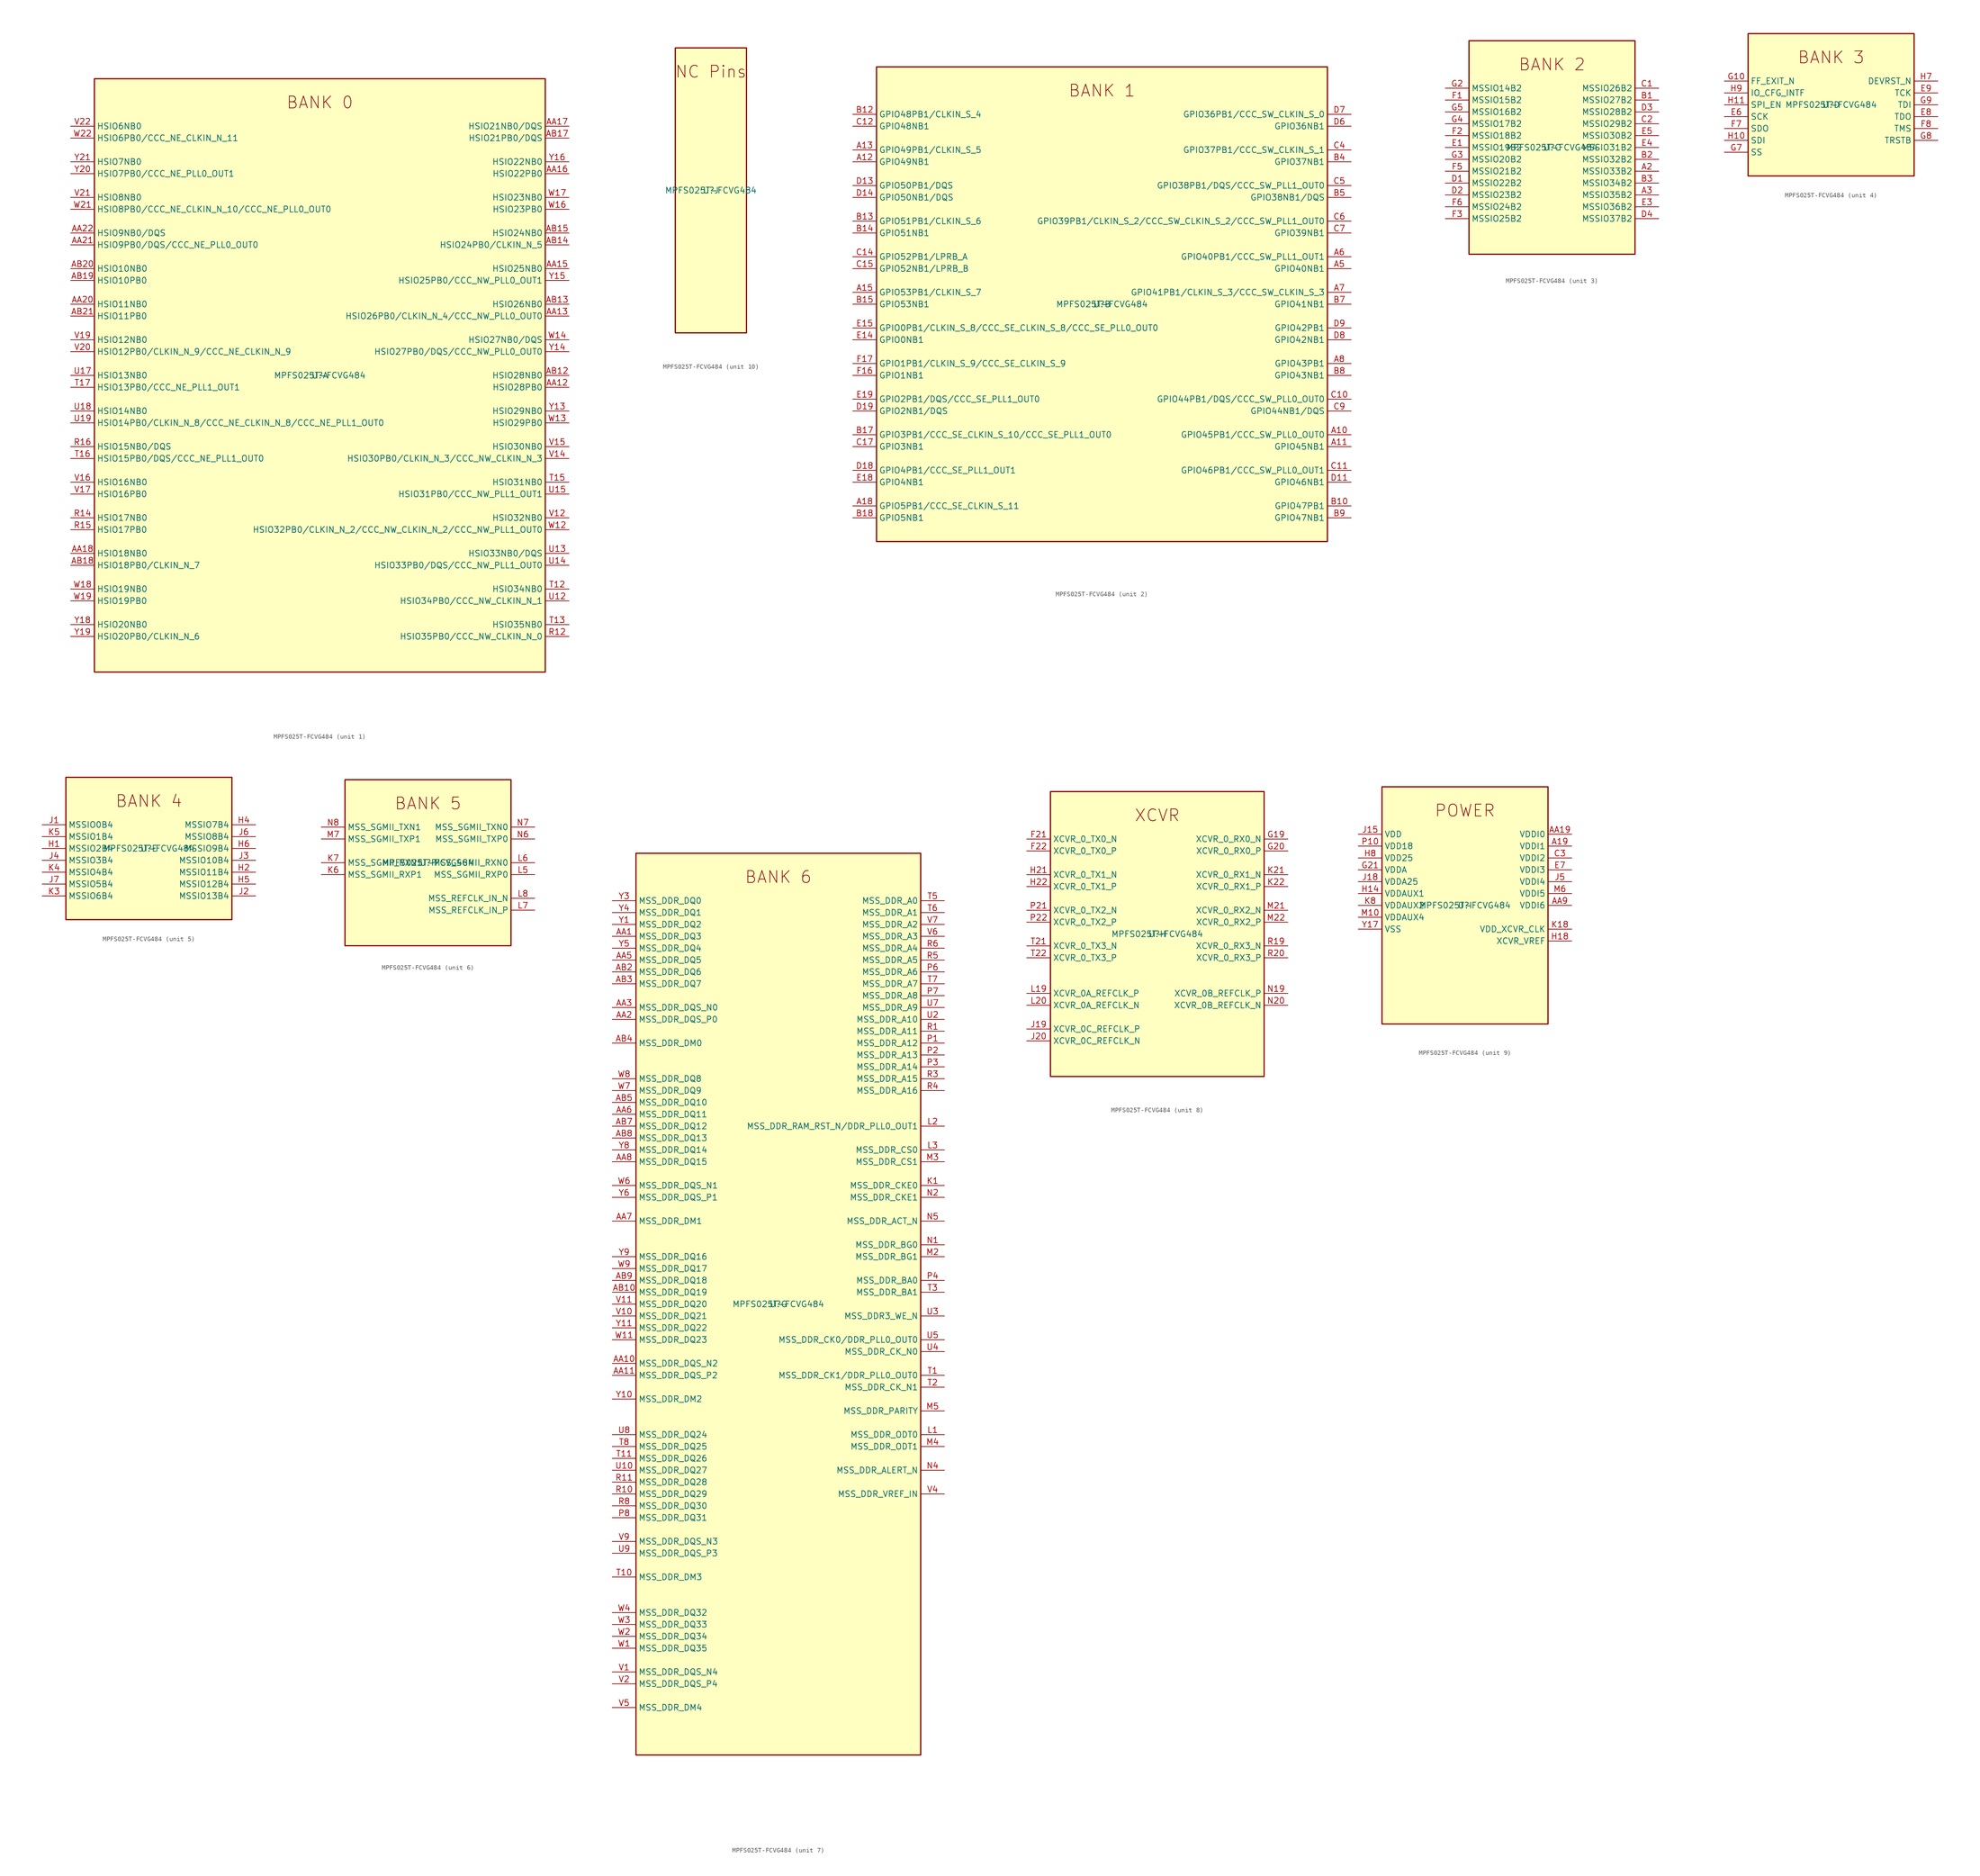
<source format=kicad_sym>
(kicad_symbol_lib
  (version 20211014)
  (generator kicad-library-utils)
  (symbol "MPFS025T-FCVG484"
    (property "Reference" "U"
      (at 0.0 0.0 0.0)
      (effects (font (size 1.27 1.27))))
    (property "Value" "MPFS025T-FCVG484"
      (at 0.0 0.0 0.0)
      (effects (font (size 1.27 1.27))))
    (property "ki_fp_filters" "Package?BGA:FCVG484?19x19mm?Layout22x22?P0.8mm*"
      (at 0.0 0.0 0.0)
      (effects (font (size 1.27 1.27))))
    (symbol "MPFS025T-FCVG484_1_1"
      (text "BANK 0" (at 0.0 58.42 0) (effects (font (size 2.54 2.54))))
      (rectangle (start -48.26 -63.5) (end 48.26 63.5) (stroke (width 0.254)) (fill (type background)))
      (pin bidirectional line (at -53.34 53.34 0) (length 5.08) (name "HSIO6NB0" (effects (font (size 1.27 1.27)))) (number "V22" (effects (font (size 1.27 1.27)))))
      (pin bidirectional line (at -53.34 50.8 0) (length 5.08) (name "HSIO6PB0/CCC_NE_CLKIN_N_11" (effects (font (size 1.27 1.27)))) (number "W22" (effects (font (size 1.27 1.27)))))
      (pin bidirectional line (at -53.34 45.72 0) (length 5.08) (name "HSIO7NB0" (effects (font (size 1.27 1.27)))) (number "Y21" (effects (font (size 1.27 1.27)))))
      (pin bidirectional line (at -53.34 43.18 0) (length 5.08) (name "HSIO7PB0/CCC_NE_PLL0_OUT1" (effects (font (size 1.27 1.27)))) (number "Y20" (effects (font (size 1.27 1.27)))))
      (pin bidirectional line (at -53.34 38.1 0) (length 5.08) (name "HSIO8NB0" (effects (font (size 1.27 1.27)))) (number "V21" (effects (font (size 1.27 1.27)))))
      (pin bidirectional line (at -53.34 35.56 0) (length 5.08) (name "HSIO8PB0/CCC_NE_CLKIN_N_10/CCC_NE_PLL0_OUT0" (effects (font (size 1.27 1.27)))) (number "W21" (effects (font (size 1.27 1.27)))))
      (pin bidirectional line (at -53.34 30.48 0) (length 5.08) (name "HSIO9NB0/DQS" (effects (font (size 1.27 1.27)))) (number "AA22" (effects (font (size 1.27 1.27)))))
      (pin bidirectional line (at -53.34 27.94 0) (length 5.08) (name "HSIO9PB0/DQS/CCC_NE_PLL0_OUT0" (effects (font (size 1.27 1.27)))) (number "AA21" (effects (font (size 1.27 1.27)))))
      (pin bidirectional line (at -53.34 22.86 0) (length 5.08) (name "HSIO10NB0" (effects (font (size 1.27 1.27)))) (number "AB20" (effects (font (size 1.27 1.27)))))
      (pin bidirectional line (at -53.34 20.32 0) (length 5.08) (name "HSIO10PB0" (effects (font (size 1.27 1.27)))) (number "AB19" (effects (font (size 1.27 1.27)))))
      (pin bidirectional line (at -53.34 15.24 0) (length 5.08) (name "HSIO11NB0" (effects (font (size 1.27 1.27)))) (number "AA20" (effects (font (size 1.27 1.27)))))
      (pin bidirectional line (at -53.34 12.7 0) (length 5.08) (name "HSIO11PB0" (effects (font (size 1.27 1.27)))) (number "AB21" (effects (font (size 1.27 1.27)))))
      (pin bidirectional line (at -53.34 7.62 0) (length 5.08) (name "HSIO12NB0" (effects (font (size 1.27 1.27)))) (number "V19" (effects (font (size 1.27 1.27)))))
      (pin bidirectional line (at -53.34 5.08 0) (length 5.08) (name "HSIO12PB0/CLKIN_N_9/CCC_NE_CLKIN_N_9" (effects (font (size 1.27 1.27)))) (number "V20" (effects (font (size 1.27 1.27)))))
      (pin bidirectional line (at -53.34 0.0 0) (length 5.08) (name "HSIO13NB0" (effects (font (size 1.27 1.27)))) (number "U17" (effects (font (size 1.27 1.27)))))
      (pin bidirectional line (at -53.34 -2.54 0) (length 5.08) (name "HSIO13PB0/CCC_NE_PLL1_OUT1" (effects (font (size 1.27 1.27)))) (number "T17" (effects (font (size 1.27 1.27)))))
      (pin bidirectional line (at -53.34 -7.62 0) (length 5.08) (name "HSIO14NB0" (effects (font (size 1.27 1.27)))) (number "U18" (effects (font (size 1.27 1.27)))))
      (pin bidirectional line (at -53.34 -10.16 0) (length 5.08) (name "HSIO14PB0/CLKIN_N_8/CCC_NE_CLKIN_N_8/CCC_NE_PLL1_OUT0" (effects (font (size 1.27 1.27)))) (number "U19" (effects (font (size 1.27 1.27)))))
      (pin bidirectional line (at -53.34 -15.24 0) (length 5.08) (name "HSIO15NB0/DQS" (effects (font (size 1.27 1.27)))) (number "R16" (effects (font (size 1.27 1.27)))))
      (pin bidirectional line (at -53.34 -17.78 0) (length 5.08) (name "HSIO15PB0/DQS/CCC_NE_PLL1_OUT0" (effects (font (size 1.27 1.27)))) (number "T16" (effects (font (size 1.27 1.27)))))
      (pin bidirectional line (at -53.34 -22.86 0) (length 5.08) (name "HSIO16NB0" (effects (font (size 1.27 1.27)))) (number "V16" (effects (font (size 1.27 1.27)))))
      (pin bidirectional line (at -53.34 -25.4 0) (length 5.08) (name "HSIO16PB0" (effects (font (size 1.27 1.27)))) (number "V17" (effects (font (size 1.27 1.27)))))
      (pin bidirectional line (at -53.34 -30.48 0) (length 5.08) (name "HSIO17NB0" (effects (font (size 1.27 1.27)))) (number "R14" (effects (font (size 1.27 1.27)))))
      (pin bidirectional line (at -53.34 -33.02 0) (length 5.08) (name "HSIO17PB0" (effects (font (size 1.27 1.27)))) (number "R15" (effects (font (size 1.27 1.27)))))
      (pin bidirectional line (at -53.34 -38.1 0) (length 5.08) (name "HSIO18NB0" (effects (font (size 1.27 1.27)))) (number "AA18" (effects (font (size 1.27 1.27)))))
      (pin bidirectional line (at -53.34 -40.64 0) (length 5.08) (name "HSIO18PB0/CLKIN_N_7" (effects (font (size 1.27 1.27)))) (number "AB18" (effects (font (size 1.27 1.27)))))
      (pin bidirectional line (at -53.34 -45.72 0) (length 5.08) (name "HSIO19NB0" (effects (font (size 1.27 1.27)))) (number "W18" (effects (font (size 1.27 1.27)))))
      (pin bidirectional line (at -53.34 -48.26 0) (length 5.08) (name "HSIO19PB0" (effects (font (size 1.27 1.27)))) (number "W19" (effects (font (size 1.27 1.27)))))
      (pin bidirectional line (at -53.34 -53.34 0) (length 5.08) (name "HSIO20NB0" (effects (font (size 1.27 1.27)))) (number "Y18" (effects (font (size 1.27 1.27)))))
      (pin bidirectional line (at -53.34 -55.88 0) (length 5.08) (name "HSIO20PB0/CLKIN_N_6" (effects (font (size 1.27 1.27)))) (number "Y19" (effects (font (size 1.27 1.27)))))
      (pin bidirectional line (at 53.34 53.34 180) (length 5.08) (name "HSIO21NB0/DQS" (effects (font (size 1.27 1.27)))) (number "AA17" (effects (font (size 1.27 1.27)))))
      (pin bidirectional line (at 53.34 50.8 180) (length 5.08) (name "HSIO21PB0/DQS" (effects (font (size 1.27 1.27)))) (number "AB17" (effects (font (size 1.27 1.27)))))
      (pin bidirectional line (at 53.34 45.72 180) (length 5.08) (name "HSIO22NB0" (effects (font (size 1.27 1.27)))) (number "Y16" (effects (font (size 1.27 1.27)))))
      (pin bidirectional line (at 53.34 43.18 180) (length 5.08) (name "HSIO22PB0" (effects (font (size 1.27 1.27)))) (number "AA16" (effects (font (size 1.27 1.27)))))
      (pin bidirectional line (at 53.34 38.1 180) (length 5.08) (name "HSIO23NB0" (effects (font (size 1.27 1.27)))) (number "W17" (effects (font (size 1.27 1.27)))))
      (pin bidirectional line (at 53.34 35.56 180) (length 5.08) (name "HSIO23PB0" (effects (font (size 1.27 1.27)))) (number "W16" (effects (font (size 1.27 1.27)))))
      (pin bidirectional line (at 53.34 30.48 180) (length 5.08) (name "HSIO24NB0" (effects (font (size 1.27 1.27)))) (number "AB15" (effects (font (size 1.27 1.27)))))
      (pin bidirectional line (at 53.34 27.94 180) (length 5.08) (name "HSIO24PB0/CLKIN_N_5" (effects (font (size 1.27 1.27)))) (number "AB14" (effects (font (size 1.27 1.27)))))
      (pin bidirectional line (at 53.34 22.86 180) (length 5.08) (name "HSIO25NB0" (effects (font (size 1.27 1.27)))) (number "AA15" (effects (font (size 1.27 1.27)))))
      (pin bidirectional line (at 53.34 20.32 180) (length 5.08) (name "HSIO25PB0/CCC_NW_PLL0_OUT1" (effects (font (size 1.27 1.27)))) (number "Y15" (effects (font (size 1.27 1.27)))))
      (pin bidirectional line (at 53.34 15.24 180) (length 5.08) (name "HSIO26NB0" (effects (font (size 1.27 1.27)))) (number "AB13" (effects (font (size 1.27 1.27)))))
      (pin bidirectional line (at 53.34 12.7 180) (length 5.08) (name "HSIO26PB0/CLKIN_N_4/CCC_NW_PLL0_OUT0" (effects (font (size 1.27 1.27)))) (number "AA13" (effects (font (size 1.27 1.27)))))
      (pin bidirectional line (at 53.34 7.62 180) (length 5.08) (name "HSIO27NB0/DQS" (effects (font (size 1.27 1.27)))) (number "W14" (effects (font (size 1.27 1.27)))))
      (pin bidirectional line (at 53.34 5.08 180) (length 5.08) (name "HSIO27PB0/DQS/CCC_NW_PLL0_OUT0" (effects (font (size 1.27 1.27)))) (number "Y14" (effects (font (size 1.27 1.27)))))
      (pin bidirectional line (at 53.34 0.0 180) (length 5.08) (name "HSIO28NB0" (effects (font (size 1.27 1.27)))) (number "AB12" (effects (font (size 1.27 1.27)))))
      (pin bidirectional line (at 53.34 -2.54 180) (length 5.08) (name "HSIO28PB0" (effects (font (size 1.27 1.27)))) (number "AA12" (effects (font (size 1.27 1.27)))))
      (pin bidirectional line (at 53.34 -7.62 180) (length 5.08) (name "HSIO29NB0" (effects (font (size 1.27 1.27)))) (number "Y13" (effects (font (size 1.27 1.27)))))
      (pin bidirectional line (at 53.34 -10.16 180) (length 5.08) (name "HSIO29PB0" (effects (font (size 1.27 1.27)))) (number "W13" (effects (font (size 1.27 1.27)))))
      (pin bidirectional line (at 53.34 -15.24 180) (length 5.08) (name "HSIO30NB0" (effects (font (size 1.27 1.27)))) (number "V15" (effects (font (size 1.27 1.27)))))
      (pin bidirectional line (at 53.34 -17.78 180) (length 5.08) (name "HSIO30PB0/CLKIN_N_3/CCC_NW_CLKIN_N_3" (effects (font (size 1.27 1.27)))) (number "V14" (effects (font (size 1.27 1.27)))))
      (pin bidirectional line (at 53.34 -22.86 180) (length 5.08) (name "HSIO31NB0" (effects (font (size 1.27 1.27)))) (number "T15" (effects (font (size 1.27 1.27)))))
      (pin bidirectional line (at 53.34 -25.4 180) (length 5.08) (name "HSIO31PB0/CCC_NW_PLL1_OUT1" (effects (font (size 1.27 1.27)))) (number "U15" (effects (font (size 1.27 1.27)))))
      (pin bidirectional line (at 53.34 -30.48 180) (length 5.08) (name "HSIO32NB0" (effects (font (size 1.27 1.27)))) (number "V12" (effects (font (size 1.27 1.27)))))
      (pin bidirectional line (at 53.34 -33.02 180) (length 5.08) (name "HSIO32PB0/CLKIN_N_2/CCC_NW_CLKIN_N_2/CCC_NW_PLL1_OUT0" (effects (font (size 1.27 1.27)))) (number "W12" (effects (font (size 1.27 1.27)))))
      (pin bidirectional line (at 53.34 -38.1 180) (length 5.08) (name "HSIO33NB0/DQS" (effects (font (size 1.27 1.27)))) (number "U13" (effects (font (size 1.27 1.27)))))
      (pin bidirectional line (at 53.34 -40.64 180) (length 5.08) (name "HSIO33PB0/DQS/CCC_NW_PLL1_OUT0" (effects (font (size 1.27 1.27)))) (number "U14" (effects (font (size 1.27 1.27)))))
      (pin bidirectional line (at 53.34 -45.72 180) (length 5.08) (name "HSIO34NB0" (effects (font (size 1.27 1.27)))) (number "T12" (effects (font (size 1.27 1.27)))))
      (pin bidirectional line (at 53.34 -48.26 180) (length 5.08) (name "HSIO34PB0/CCC_NW_CLKIN_N_1" (effects (font (size 1.27 1.27)))) (number "U12" (effects (font (size 1.27 1.27)))))
      (pin bidirectional line (at 53.34 -53.34 180) (length 5.08) (name "HSIO35NB0" (effects (font (size 1.27 1.27)))) (number "T13" (effects (font (size 1.27 1.27)))))
      (pin bidirectional line (at 53.34 -55.88 180) (length 5.08) (name "HSIO35PB0/CCC_NW_CLKIN_N_0" (effects (font (size 1.27 1.27)))) (number "R12" (effects (font (size 1.27 1.27))))))
    (symbol "MPFS025T-FCVG484_2_1"
      (text "BANK 1" (at 0.0 45.72 0) (effects (font (size 2.54 2.54))))
      (rectangle (start -48.26 -50.8) (end 48.26 50.8) (stroke (width 0.254)) (fill (type background)))
      (pin bidirectional line (at -53.34 40.64 0) (length 5.08) (name "GPIO48PB1/CLKIN_S_4" (effects (font (size 1.27 1.27)))) (number "B12" (effects (font (size 1.27 1.27)))))
      (pin bidirectional line (at -53.34 38.1 0) (length 5.08) (name "GPIO48NB1" (effects (font (size 1.27 1.27)))) (number "C12" (effects (font (size 1.27 1.27)))))
      (pin bidirectional line (at -53.34 33.02 0) (length 5.08) (name "GPIO49PB1/CLKIN_S_5" (effects (font (size 1.27 1.27)))) (number "A13" (effects (font (size 1.27 1.27)))))
      (pin bidirectional line (at -53.34 30.48 0) (length 5.08) (name "GPIO49NB1" (effects (font (size 1.27 1.27)))) (number "A12" (effects (font (size 1.27 1.27)))))
      (pin bidirectional line (at -53.34 25.4 0) (length 5.08) (name "GPIO50PB1/DQS" (effects (font (size 1.27 1.27)))) (number "D13" (effects (font (size 1.27 1.27)))))
      (pin bidirectional line (at -53.34 22.86 0) (length 5.08) (name "GPIO50NB1/DQS" (effects (font (size 1.27 1.27)))) (number "D14" (effects (font (size 1.27 1.27)))))
      (pin bidirectional line (at -53.34 17.78 0) (length 5.08) (name "GPIO51PB1/CLKIN_S_6" (effects (font (size 1.27 1.27)))) (number "B13" (effects (font (size 1.27 1.27)))))
      (pin bidirectional line (at -53.34 15.24 0) (length 5.08) (name "GPIO51NB1" (effects (font (size 1.27 1.27)))) (number "B14" (effects (font (size 1.27 1.27)))))
      (pin bidirectional line (at -53.34 10.16 0) (length 5.08) (name "GPIO52PB1/LPRB_A" (effects (font (size 1.27 1.27)))) (number "C14" (effects (font (size 1.27 1.27)))))
      (pin bidirectional line (at -53.34 7.62 0) (length 5.08) (name "GPIO52NB1/LPRB_B" (effects (font (size 1.27 1.27)))) (number "C15" (effects (font (size 1.27 1.27)))))
      (pin bidirectional line (at -53.34 2.54 0) (length 5.08) (name "GPIO53PB1/CLKIN_S_7" (effects (font (size 1.27 1.27)))) (number "A15" (effects (font (size 1.27 1.27)))))
      (pin bidirectional line (at -53.34 0.0 0) (length 5.08) (name "GPIO53NB1" (effects (font (size 1.27 1.27)))) (number "B15" (effects (font (size 1.27 1.27)))))
      (pin bidirectional line (at -53.34 -5.08 0) (length 5.08) (name "GPIO0PB1/CLKIN_S_8/CCC_SE_CLKIN_S_8/CCC_SE_PLL0_OUT0" (effects (font (size 1.27 1.27)))) (number "E15" (effects (font (size 1.27 1.27)))))
      (pin bidirectional line (at -53.34 -7.62 0) (length 5.08) (name "GPIO0NB1" (effects (font (size 1.27 1.27)))) (number "E14" (effects (font (size 1.27 1.27)))))
      (pin bidirectional line (at -53.34 -12.7 0) (length 5.08) (name "GPIO1PB1/CLKIN_S_9/CCC_SE_CLKIN_S_9" (effects (font (size 1.27 1.27)))) (number "F17" (effects (font (size 1.27 1.27)))))
      (pin bidirectional line (at -53.34 -15.24 0) (length 5.08) (name "GPIO1NB1" (effects (font (size 1.27 1.27)))) (number "F16" (effects (font (size 1.27 1.27)))))
      (pin bidirectional line (at -53.34 -20.32 0) (length 5.08) (name "GPIO2PB1/DQS/CCC_SE_PLL1_OUT0" (effects (font (size 1.27 1.27)))) (number "E19" (effects (font (size 1.27 1.27)))))
      (pin bidirectional line (at -53.34 -22.86 0) (length 5.08) (name "GPIO2NB1/DQS" (effects (font (size 1.27 1.27)))) (number "D19" (effects (font (size 1.27 1.27)))))
      (pin bidirectional line (at -53.34 -27.94 0) (length 5.08) (name "GPIO3PB1/CCC_SE_CLKIN_S_10/CCC_SE_PLL1_OUT0" (effects (font (size 1.27 1.27)))) (number "B17" (effects (font (size 1.27 1.27)))))
      (pin bidirectional line (at -53.34 -30.48 0) (length 5.08) (name "GPIO3NB1" (effects (font (size 1.27 1.27)))) (number "C17" (effects (font (size 1.27 1.27)))))
      (pin bidirectional line (at -53.34 -35.56 0) (length 5.08) (name "GPIO4PB1/CCC_SE_PLL1_OUT1" (effects (font (size 1.27 1.27)))) (number "D18" (effects (font (size 1.27 1.27)))))
      (pin bidirectional line (at -53.34 -38.1 0) (length 5.08) (name "GPIO4NB1" (effects (font (size 1.27 1.27)))) (number "E18" (effects (font (size 1.27 1.27)))))
      (pin bidirectional line (at -53.34 -43.18 0) (length 5.08) (name "GPIO5PB1/CCC_SE_CLKIN_S_11" (effects (font (size 1.27 1.27)))) (number "A18" (effects (font (size 1.27 1.27)))))
      (pin bidirectional line (at -53.34 -45.72 0) (length 5.08) (name "GPIO5NB1" (effects (font (size 1.27 1.27)))) (number "B18" (effects (font (size 1.27 1.27)))))
      (pin bidirectional line (at 53.34 40.64 180) (length 5.08) (name "GPIO36PB1/CCC_SW_CLKIN_S_0" (effects (font (size 1.27 1.27)))) (number "D7" (effects (font (size 1.27 1.27)))))
      (pin bidirectional line (at 53.34 38.1 180) (length 5.08) (name "GPIO36NB1" (effects (font (size 1.27 1.27)))) (number "D6" (effects (font (size 1.27 1.27)))))
      (pin bidirectional line (at 53.34 33.02 180) (length 5.08) (name "GPIO37PB1/CCC_SW_CLKIN_S_1" (effects (font (size 1.27 1.27)))) (number "C4" (effects (font (size 1.27 1.27)))))
      (pin bidirectional line (at 53.34 30.48 180) (length 5.08) (name "GPIO37NB1" (effects (font (size 1.27 1.27)))) (number "B4" (effects (font (size 1.27 1.27)))))
      (pin bidirectional line (at 53.34 25.4 180) (length 5.08) (name "GPIO38PB1/DQS/CCC_SW_PLL1_OUT0" (effects (font (size 1.27 1.27)))) (number "C5" (effects (font (size 1.27 1.27)))))
      (pin bidirectional line (at 53.34 22.86 180) (length 5.08) (name "GPIO38NB1/DQS" (effects (font (size 1.27 1.27)))) (number "B5" (effects (font (size 1.27 1.27)))))
      (pin bidirectional line (at 53.34 17.78 180) (length 5.08) (name "GPIO39PB1/CLKIN_S_2/CCC_SW_CLKIN_S_2/CCC_SW_PLL1_OUT0" (effects (font (size 1.27 1.27)))) (number "C6" (effects (font (size 1.27 1.27)))))
      (pin bidirectional line (at 53.34 15.24 180) (length 5.08) (name "GPIO39NB1" (effects (font (size 1.27 1.27)))) (number "C7" (effects (font (size 1.27 1.27)))))
      (pin bidirectional line (at 53.34 10.16 180) (length 5.08) (name "GPIO40PB1/CCC_SW_PLL1_OUT1" (effects (font (size 1.27 1.27)))) (number "A6" (effects (font (size 1.27 1.27)))))
      (pin bidirectional line (at 53.34 7.62 180) (length 5.08) (name "GPIO40NB1" (effects (font (size 1.27 1.27)))) (number "A5" (effects (font (size 1.27 1.27)))))
      (pin bidirectional line (at 53.34 2.54 180) (length 5.08) (name "GPIO41PB1/CLKIN_S_3/CCC_SW_CLKIN_S_3" (effects (font (size 1.27 1.27)))) (number "A7" (effects (font (size 1.27 1.27)))))
      (pin bidirectional line (at 53.34 0.0 180) (length 5.08) (name "GPIO41NB1" (effects (font (size 1.27 1.27)))) (number "B7" (effects (font (size 1.27 1.27)))))
      (pin bidirectional line (at 53.34 -5.08 180) (length 5.08) (name "GPIO42PB1" (effects (font (size 1.27 1.27)))) (number "D9" (effects (font (size 1.27 1.27)))))
      (pin bidirectional line (at 53.34 -7.62 180) (length 5.08) (name "GPIO42NB1" (effects (font (size 1.27 1.27)))) (number "D8" (effects (font (size 1.27 1.27)))))
      (pin bidirectional line (at 53.34 -12.7 180) (length 5.08) (name "GPIO43PB1" (effects (font (size 1.27 1.27)))) (number "A8" (effects (font (size 1.27 1.27)))))
      (pin bidirectional line (at 53.34 -15.24 180) (length 5.08) (name "GPIO43NB1" (effects (font (size 1.27 1.27)))) (number "B8" (effects (font (size 1.27 1.27)))))
      (pin bidirectional line (at 53.34 -20.32 180) (length 5.08) (name "GPIO44PB1/DQS/CCC_SW_PLL0_OUT0" (effects (font (size 1.27 1.27)))) (number "C10" (effects (font (size 1.27 1.27)))))
      (pin bidirectional line (at 53.34 -22.86 180) (length 5.08) (name "GPIO44NB1/DQS" (effects (font (size 1.27 1.27)))) (number "C9" (effects (font (size 1.27 1.27)))))
      (pin bidirectional line (at 53.34 -27.94 180) (length 5.08) (name "GPIO45PB1/CCC_SW_PLL0_OUT0" (effects (font (size 1.27 1.27)))) (number "A10" (effects (font (size 1.27 1.27)))))
      (pin bidirectional line (at 53.34 -30.48 180) (length 5.08) (name "GPIO45NB1" (effects (font (size 1.27 1.27)))) (number "A11" (effects (font (size 1.27 1.27)))))
      (pin bidirectional line (at 53.34 -35.56 180) (length 5.08) (name "GPIO46PB1/CCC_SW_PLL0_OUT1" (effects (font (size 1.27 1.27)))) (number "C11" (effects (font (size 1.27 1.27)))))
      (pin bidirectional line (at 53.34 -38.1 180) (length 5.08) (name "GPIO46NB1" (effects (font (size 1.27 1.27)))) (number "D11" (effects (font (size 1.27 1.27)))))
      (pin bidirectional line (at 53.34 -43.18 180) (length 5.08) (name "GPIO47PB1" (effects (font (size 1.27 1.27)))) (number "B10" (effects (font (size 1.27 1.27)))))
      (pin bidirectional line (at 53.34 -45.72 180) (length 5.08) (name "GPIO47NB1" (effects (font (size 1.27 1.27)))) (number "B9" (effects (font (size 1.27 1.27))))))
    (symbol "MPFS025T-FCVG484_3_1"
      (text "BANK 2" (at 0.0 17.78 0) (effects (font (size 2.54 2.54))))
      (rectangle (start -17.78 -22.86) (end 17.78 22.86) (stroke (width 0.254)) (fill (type background)))
      (pin bidirectional line (at -22.86 12.7 0) (length 5.08) (name "MSSIO14B2" (effects (font (size 1.27 1.27)))) (number "G2" (effects (font (size 1.27 1.27)))))
      (pin bidirectional line (at -22.86 10.16 0) (length 5.08) (name "MSSIO15B2" (effects (font (size 1.27 1.27)))) (number "F1" (effects (font (size 1.27 1.27)))))
      (pin bidirectional line (at -22.86 7.62 0) (length 5.08) (name "MSSIO16B2" (effects (font (size 1.27 1.27)))) (number "G5" (effects (font (size 1.27 1.27)))))
      (pin bidirectional line (at -22.86 5.08 0) (length 5.08) (name "MSSIO17B2" (effects (font (size 1.27 1.27)))) (number "G4" (effects (font (size 1.27 1.27)))))
      (pin bidirectional line (at -22.86 2.54 0) (length 5.08) (name "MSSIO18B2" (effects (font (size 1.27 1.27)))) (number "F2" (effects (font (size 1.27 1.27)))))
      (pin bidirectional line (at -22.86 0.0 0) (length 5.08) (name "MSSIO19B2" (effects (font (size 1.27 1.27)))) (number "E1" (effects (font (size 1.27 1.27)))))
      (pin bidirectional line (at -22.86 -2.54 0) (length 5.08) (name "MSSIO20B2" (effects (font (size 1.27 1.27)))) (number "G3" (effects (font (size 1.27 1.27)))))
      (pin bidirectional line (at -22.86 -5.08 0) (length 5.08) (name "MSSIO21B2" (effects (font (size 1.27 1.27)))) (number "F5" (effects (font (size 1.27 1.27)))))
      (pin bidirectional line (at -22.86 -7.62 0) (length 5.08) (name "MSSIO22B2" (effects (font (size 1.27 1.27)))) (number "D1" (effects (font (size 1.27 1.27)))))
      (pin bidirectional line (at -22.86 -10.16 0) (length 5.08) (name "MSSIO23B2" (effects (font (size 1.27 1.27)))) (number "D2" (effects (font (size 1.27 1.27)))))
      (pin bidirectional line (at -22.86 -12.7 0) (length 5.08) (name "MSSIO24B2" (effects (font (size 1.27 1.27)))) (number "F6" (effects (font (size 1.27 1.27)))))
      (pin bidirectional line (at -22.86 -15.24 0) (length 5.08) (name "MSSIO25B2" (effects (font (size 1.27 1.27)))) (number "F3" (effects (font (size 1.27 1.27)))))
      (pin bidirectional line (at 22.86 12.7 180) (length 5.08) (name "MSSIO26B2" (effects (font (size 1.27 1.27)))) (number "C1" (effects (font (size 1.27 1.27)))))
      (pin bidirectional line (at 22.86 10.16 180) (length 5.08) (name "MSSIO27B2" (effects (font (size 1.27 1.27)))) (number "B1" (effects (font (size 1.27 1.27)))))
      (pin bidirectional line (at 22.86 7.62 180) (length 5.08) (name "MSSIO28B2" (effects (font (size 1.27 1.27)))) (number "D3" (effects (font (size 1.27 1.27)))))
      (pin bidirectional line (at 22.86 5.08 180) (length 5.08) (name "MSSIO29B2" (effects (font (size 1.27 1.27)))) (number "C2" (effects (font (size 1.27 1.27)))))
      (pin bidirectional line (at 22.86 2.54 180) (length 5.08) (name "MSSIO30B2" (effects (font (size 1.27 1.27)))) (number "E5" (effects (font (size 1.27 1.27)))))
      (pin bidirectional line (at 22.86 0.0 180) (length 5.08) (name "MSSIO31B2" (effects (font (size 1.27 1.27)))) (number "E4" (effects (font (size 1.27 1.27)))))
      (pin bidirectional line (at 22.86 -2.54 180) (length 5.08) (name "MSSIO32B2" (effects (font (size 1.27 1.27)))) (number "B2" (effects (font (size 1.27 1.27)))))
      (pin bidirectional line (at 22.86 -5.08 180) (length 5.08) (name "MSSIO33B2" (effects (font (size 1.27 1.27)))) (number "A2" (effects (font (size 1.27 1.27)))))
      (pin bidirectional line (at 22.86 -7.62 180) (length 5.08) (name "MSSIO34B2" (effects (font (size 1.27 1.27)))) (number "B3" (effects (font (size 1.27 1.27)))))
      (pin bidirectional line (at 22.86 -10.16 180) (length 5.08) (name "MSSIO35B2" (effects (font (size 1.27 1.27)))) (number "A3" (effects (font (size 1.27 1.27)))))
      (pin bidirectional line (at 22.86 -12.7 180) (length 5.08) (name "MSSIO36B2" (effects (font (size 1.27 1.27)))) (number "E3" (effects (font (size 1.27 1.27)))))
      (pin bidirectional line (at 22.86 -15.24 180) (length 5.08) (name "MSSIO37B2" (effects (font (size 1.27 1.27)))) (number "D4" (effects (font (size 1.27 1.27))))))
    (symbol "MPFS025T-FCVG484_4_1"
      (text "BANK 3" (at 0.0 10.16 0) (effects (font (size 2.54 2.54))))
      (rectangle (start -17.78 -15.24) (end 17.78 15.24) (stroke (width 0.254)) (fill (type background)))
      (pin input line (at -22.86 5.08 0) (length 5.08) (name "FF_EXIT_N" (effects (font (size 1.27 1.27)))) (number "G10" (effects (font (size 1.27 1.27)))))
      (pin input line (at -22.86 2.54 0) (length 5.08) (name "IO_CFG_INTF" (effects (font (size 1.27 1.27)))) (number "H9" (effects (font (size 1.27 1.27)))))
      (pin input line (at -22.86 0.0 0) (length 5.08) (name "SPI_EN" (effects (font (size 1.27 1.27)))) (number "H11" (effects (font (size 1.27 1.27)))))
      (pin bidirectional line (at -22.86 -2.54 0) (length 5.08) (name "SCK" (effects (font (size 1.27 1.27)))) (number "E6" (effects (font (size 1.27 1.27)))))
      (pin output line (at -22.86 -5.08 0) (length 5.08) (name "SDO" (effects (font (size 1.27 1.27)))) (number "F7" (effects (font (size 1.27 1.27)))))
      (pin input line (at -22.86 -7.62 0) (length 5.08) (name "SDI" (effects (font (size 1.27 1.27)))) (number "H10" (effects (font (size 1.27 1.27)))))
      (pin bidirectional line (at -22.86 -10.16 0) (length 5.08) (name "SS" (effects (font (size 1.27 1.27)))) (number "G7" (effects (font (size 1.27 1.27)))))
      (pin input line (at 22.86 5.08 180) (length 5.08) (name "DEVRST_N" (effects (font (size 1.27 1.27)))) (number "H7" (effects (font (size 1.27 1.27)))))
      (pin input line (at 22.86 2.54 180) (length 5.08) (name "TCK" (effects (font (size 1.27 1.27)))) (number "E9" (effects (font (size 1.27 1.27)))))
      (pin input line (at 22.86 0.0 180) (length 5.08) (name "TDI" (effects (font (size 1.27 1.27)))) (number "G9" (effects (font (size 1.27 1.27)))))
      (pin output line (at 22.86 -2.54 180) (length 5.08) (name "TDO" (effects (font (size 1.27 1.27)))) (number "E8" (effects (font (size 1.27 1.27)))))
      (pin input line (at 22.86 -5.08 180) (length 5.08) (name "TMS" (effects (font (size 1.27 1.27)))) (number "F8" (effects (font (size 1.27 1.27)))))
      (pin input line (at 22.86 -7.62 180) (length 5.08) (name "TRSTB" (effects (font (size 1.27 1.27)))) (number "G8" (effects (font (size 1.27 1.27))))))
    (symbol "MPFS025T-FCVG484_5_1"
      (text "BANK 4" (at 0.0 10.16 0) (effects (font (size 2.54 2.54))))
      (rectangle (start -17.78 -15.24) (end 17.78 15.24) (stroke (width 0.254)) (fill (type background)))
      (pin bidirectional line (at -22.86 5.08 0) (length 5.08) (name "MSSIO0B4" (effects (font (size 1.27 1.27)))) (number "J1" (effects (font (size 1.27 1.27)))))
      (pin bidirectional line (at -22.86 2.54 0) (length 5.08) (name "MSSIO1B4" (effects (font (size 1.27 1.27)))) (number "K5" (effects (font (size 1.27 1.27)))))
      (pin bidirectional line (at -22.86 0.0 0) (length 5.08) (name "MSSIO2B4" (effects (font (size 1.27 1.27)))) (number "H1" (effects (font (size 1.27 1.27)))))
      (pin bidirectional line (at -22.86 -2.54 0) (length 5.08) (name "MSSIO3B4" (effects (font (size 1.27 1.27)))) (number "J4" (effects (font (size 1.27 1.27)))))
      (pin bidirectional line (at -22.86 -5.08 0) (length 5.08) (name "MSSIO4B4" (effects (font (size 1.27 1.27)))) (number "K4" (effects (font (size 1.27 1.27)))))
      (pin bidirectional line (at -22.86 -7.62 0) (length 5.08) (name "MSSIO5B4" (effects (font (size 1.27 1.27)))) (number "J7" (effects (font (size 1.27 1.27)))))
      (pin bidirectional line (at -22.86 -10.16 0) (length 5.08) (name "MSSIO6B4" (effects (font (size 1.27 1.27)))) (number "K3" (effects (font (size 1.27 1.27)))))
      (pin bidirectional line (at 22.86 5.08 180) (length 5.08) (name "MSSIO7B4" (effects (font (size 1.27 1.27)))) (number "H4" (effects (font (size 1.27 1.27)))))
      (pin bidirectional line (at 22.86 2.54 180) (length 5.08) (name "MSSIO8B4" (effects (font (size 1.27 1.27)))) (number "J6" (effects (font (size 1.27 1.27)))))
      (pin bidirectional line (at 22.86 0.0 180) (length 5.08) (name "MSSIO9B4" (effects (font (size 1.27 1.27)))) (number "H6" (effects (font (size 1.27 1.27)))))
      (pin bidirectional line (at 22.86 -2.54 180) (length 5.08) (name "MSSIO10B4" (effects (font (size 1.27 1.27)))) (number "J3" (effects (font (size 1.27 1.27)))))
      (pin bidirectional line (at 22.86 -5.08 180) (length 5.08) (name "MSSIO11B4" (effects (font (size 1.27 1.27)))) (number "H2" (effects (font (size 1.27 1.27)))))
      (pin bidirectional line (at 22.86 -7.62 180) (length 5.08) (name "MSSIO12B4" (effects (font (size 1.27 1.27)))) (number "H5" (effects (font (size 1.27 1.27)))))
      (pin bidirectional line (at 22.86 -10.16 180) (length 5.08) (name "MSSIO13B4" (effects (font (size 1.27 1.27)))) (number "J2" (effects (font (size 1.27 1.27))))))
    (symbol "MPFS025T-FCVG484_6_1"
      (text "BANK 5" (at 0.0 12.7 0) (effects (font (size 2.54 2.54))))
      (rectangle (start -17.78 -17.78) (end 17.78 17.78) (stroke (width 0.254)) (fill (type background)))
      (pin bidirectional line (at -22.86 7.62 0) (length 5.08) (name "MSS_SGMII_TXN1" (effects (font (size 1.27 1.27)))) (number "N8" (effects (font (size 1.27 1.27)))))
      (pin bidirectional line (at -22.86 5.08 0) (length 5.08) (name "MSS_SGMII_TXP1" (effects (font (size 1.27 1.27)))) (number "M7" (effects (font (size 1.27 1.27)))))
      (pin bidirectional line (at -22.86 0.0 0) (length 5.08) (name "MSS_SGMII_RXN1" (effects (font (size 1.27 1.27)))) (number "K7" (effects (font (size 1.27 1.27)))))
      (pin bidirectional line (at -22.86 -2.54 0) (length 5.08) (name "MSS_SGMII_RXP1" (effects (font (size 1.27 1.27)))) (number "K6" (effects (font (size 1.27 1.27)))))
      (pin bidirectional line (at 22.86 7.62 180) (length 5.08) (name "MSS_SGMII_TXN0" (effects (font (size 1.27 1.27)))) (number "N7" (effects (font (size 1.27 1.27)))))
      (pin bidirectional line (at 22.86 5.08 180) (length 5.08) (name "MSS_SGMII_TXP0" (effects (font (size 1.27 1.27)))) (number "N6" (effects (font (size 1.27 1.27)))))
      (pin bidirectional line (at 22.86 0.0 180) (length 5.08) (name "MSS_SGMII_RXN0" (effects (font (size 1.27 1.27)))) (number "L6" (effects (font (size 1.27 1.27)))))
      (pin bidirectional line (at 22.86 -2.54 180) (length 5.08) (name "MSS_SGMII_RXP0" (effects (font (size 1.27 1.27)))) (number "L5" (effects (font (size 1.27 1.27)))))
      (pin bidirectional line (at 22.86 -7.62 180) (length 5.08) (name "MSS_REFCLK_IN_N" (effects (font (size 1.27 1.27)))) (number "L8" (effects (font (size 1.27 1.27)))))
      (pin bidirectional line (at 22.86 -10.16 180) (length 5.08) (name "MSS_REFCLK_IN_P" (effects (font (size 1.27 1.27)))) (number "L7" (effects (font (size 1.27 1.27))))))
    (symbol "MPFS025T-FCVG484_7_1"
      (text "BANK 6" (at 0.0 91.44 0) (effects (font (size 2.54 2.54))))
      (rectangle (start -30.48 -96.52) (end 30.48 96.52) (stroke (width 0.254)) (fill (type background)))
      (pin bidirectional line (at -35.56 86.36 0) (length 5.08) (name "MSS_DDR_DQ0" (effects (font (size 1.27 1.27)))) (number "Y3" (effects (font (size 1.27 1.27)))))
      (pin bidirectional line (at -35.56 83.82 0) (length 5.08) (name "MSS_DDR_DQ1" (effects (font (size 1.27 1.27)))) (number "Y4" (effects (font (size 1.27 1.27)))))
      (pin bidirectional line (at -35.56 81.28 0) (length 5.08) (name "MSS_DDR_DQ2" (effects (font (size 1.27 1.27)))) (number "Y1" (effects (font (size 1.27 1.27)))))
      (pin bidirectional line (at -35.56 78.74 0) (length 5.08) (name "MSS_DDR_DQ3" (effects (font (size 1.27 1.27)))) (number "AA1" (effects (font (size 1.27 1.27)))))
      (pin bidirectional line (at -35.56 76.2 0) (length 5.08) (name "MSS_DDR_DQ4" (effects (font (size 1.27 1.27)))) (number "Y5" (effects (font (size 1.27 1.27)))))
      (pin bidirectional line (at -35.56 73.66 0) (length 5.08) (name "MSS_DDR_DQ5" (effects (font (size 1.27 1.27)))) (number "AA5" (effects (font (size 1.27 1.27)))))
      (pin bidirectional line (at -35.56 71.12 0) (length 5.08) (name "MSS_DDR_DQ6" (effects (font (size 1.27 1.27)))) (number "AB2" (effects (font (size 1.27 1.27)))))
      (pin bidirectional line (at -35.56 68.58 0) (length 5.08) (name "MSS_DDR_DQ7" (effects (font (size 1.27 1.27)))) (number "AB3" (effects (font (size 1.27 1.27)))))
      (pin bidirectional line (at -35.56 63.5 0) (length 5.08) (name "MSS_DDR_DQS_N0" (effects (font (size 1.27 1.27)))) (number "AA3" (effects (font (size 1.27 1.27)))))
      (pin bidirectional line (at -35.56 60.96 0) (length 5.08) (name "MSS_DDR_DQS_P0" (effects (font (size 1.27 1.27)))) (number "AA2" (effects (font (size 1.27 1.27)))))
      (pin bidirectional line (at -35.56 55.88 0) (length 5.08) (name "MSS_DDR_DM0" (effects (font (size 1.27 1.27)))) (number "AB4" (effects (font (size 1.27 1.27)))))
      (pin bidirectional line (at -35.56 48.26 0) (length 5.08) (name "MSS_DDR_DQ8" (effects (font (size 1.27 1.27)))) (number "W8" (effects (font (size 1.27 1.27)))))
      (pin bidirectional line (at -35.56 45.72 0) (length 5.08) (name "MSS_DDR_DQ9" (effects (font (size 1.27 1.27)))) (number "W7" (effects (font (size 1.27 1.27)))))
      (pin bidirectional line (at -35.56 43.18 0) (length 5.08) (name "MSS_DDR_DQ10" (effects (font (size 1.27 1.27)))) (number "AB5" (effects (font (size 1.27 1.27)))))
      (pin bidirectional line (at -35.56 40.64 0) (length 5.08) (name "MSS_DDR_DQ11" (effects (font (size 1.27 1.27)))) (number "AA6" (effects (font (size 1.27 1.27)))))
      (pin bidirectional line (at -35.56 38.1 0) (length 5.08) (name "MSS_DDR_DQ12" (effects (font (size 1.27 1.27)))) (number "AB7" (effects (font (size 1.27 1.27)))))
      (pin bidirectional line (at -35.56 35.56 0) (length 5.08) (name "MSS_DDR_DQ13" (effects (font (size 1.27 1.27)))) (number "AB8" (effects (font (size 1.27 1.27)))))
      (pin bidirectional line (at -35.56 33.02 0) (length 5.08) (name "MSS_DDR_DQ14" (effects (font (size 1.27 1.27)))) (number "Y8" (effects (font (size 1.27 1.27)))))
      (pin bidirectional line (at -35.56 30.48 0) (length 5.08) (name "MSS_DDR_DQ15" (effects (font (size 1.27 1.27)))) (number "AA8" (effects (font (size 1.27 1.27)))))
      (pin bidirectional line (at -35.56 25.4 0) (length 5.08) (name "MSS_DDR_DQS_N1" (effects (font (size 1.27 1.27)))) (number "W6" (effects (font (size 1.27 1.27)))))
      (pin bidirectional line (at -35.56 22.86 0) (length 5.08) (name "MSS_DDR_DQS_P1" (effects (font (size 1.27 1.27)))) (number "Y6" (effects (font (size 1.27 1.27)))))
      (pin bidirectional line (at -35.56 17.78 0) (length 5.08) (name "MSS_DDR_DM1" (effects (font (size 1.27 1.27)))) (number "AA7" (effects (font (size 1.27 1.27)))))
      (pin bidirectional line (at -35.56 10.16 0) (length 5.08) (name "MSS_DDR_DQ16" (effects (font (size 1.27 1.27)))) (number "Y9" (effects (font (size 1.27 1.27)))))
      (pin bidirectional line (at -35.56 7.62 0) (length 5.08) (name "MSS_DDR_DQ17" (effects (font (size 1.27 1.27)))) (number "W9" (effects (font (size 1.27 1.27)))))
      (pin bidirectional line (at -35.56 5.08 0) (length 5.08) (name "MSS_DDR_DQ18" (effects (font (size 1.27 1.27)))) (number "AB9" (effects (font (size 1.27 1.27)))))
      (pin bidirectional line (at -35.56 2.54 0) (length 5.08) (name "MSS_DDR_DQ19" (effects (font (size 1.27 1.27)))) (number "AB10" (effects (font (size 1.27 1.27)))))
      (pin bidirectional line (at -35.56 0.0 0) (length 5.08) (name "MSS_DDR_DQ20" (effects (font (size 1.27 1.27)))) (number "V11" (effects (font (size 1.27 1.27)))))
      (pin bidirectional line (at -35.56 -2.54 0) (length 5.08) (name "MSS_DDR_DQ21" (effects (font (size 1.27 1.27)))) (number "V10" (effects (font (size 1.27 1.27)))))
      (pin bidirectional line (at -35.56 -5.08 0) (length 5.08) (name "MSS_DDR_DQ22" (effects (font (size 1.27 1.27)))) (number "Y11" (effects (font (size 1.27 1.27)))))
      (pin bidirectional line (at -35.56 -7.62 0) (length 5.08) (name "MSS_DDR_DQ23" (effects (font (size 1.27 1.27)))) (number "W11" (effects (font (size 1.27 1.27)))))
      (pin bidirectional line (at -35.56 -12.7 0) (length 5.08) (name "MSS_DDR_DQS_N2" (effects (font (size 1.27 1.27)))) (number "AA10" (effects (font (size 1.27 1.27)))))
      (pin bidirectional line (at -35.56 -15.24 0) (length 5.08) (name "MSS_DDR_DQS_P2" (effects (font (size 1.27 1.27)))) (number "AA11" (effects (font (size 1.27 1.27)))))
      (pin bidirectional line (at -35.56 -20.32 0) (length 5.08) (name "MSS_DDR_DM2" (effects (font (size 1.27 1.27)))) (number "Y10" (effects (font (size 1.27 1.27)))))
      (pin bidirectional line (at -35.56 -27.94 0) (length 5.08) (name "MSS_DDR_DQ24" (effects (font (size 1.27 1.27)))) (number "U8" (effects (font (size 1.27 1.27)))))
      (pin bidirectional line (at -35.56 -30.48 0) (length 5.08) (name "MSS_DDR_DQ25" (effects (font (size 1.27 1.27)))) (number "T8" (effects (font (size 1.27 1.27)))))
      (pin bidirectional line (at -35.56 -33.02 0) (length 5.08) (name "MSS_DDR_DQ26" (effects (font (size 1.27 1.27)))) (number "T11" (effects (font (size 1.27 1.27)))))
      (pin bidirectional line (at -35.56 -35.56 0) (length 5.08) (name "MSS_DDR_DQ27" (effects (font (size 1.27 1.27)))) (number "U10" (effects (font (size 1.27 1.27)))))
      (pin bidirectional line (at -35.56 -38.1 0) (length 5.08) (name "MSS_DDR_DQ28" (effects (font (size 1.27 1.27)))) (number "R11" (effects (font (size 1.27 1.27)))))
      (pin bidirectional line (at -35.56 -40.64 0) (length 5.08) (name "MSS_DDR_DQ29" (effects (font (size 1.27 1.27)))) (number "R10" (effects (font (size 1.27 1.27)))))
      (pin bidirectional line (at -35.56 -43.18 0) (length 5.08) (name "MSS_DDR_DQ30" (effects (font (size 1.27 1.27)))) (number "R8" (effects (font (size 1.27 1.27)))))
      (pin bidirectional line (at -35.56 -45.72 0) (length 5.08) (name "MSS_DDR_DQ31" (effects (font (size 1.27 1.27)))) (number "P8" (effects (font (size 1.27 1.27)))))
      (pin bidirectional line (at -35.56 -50.8 0) (length 5.08) (name "MSS_DDR_DQS_N3" (effects (font (size 1.27 1.27)))) (number "V9" (effects (font (size 1.27 1.27)))))
      (pin bidirectional line (at -35.56 -53.34 0) (length 5.08) (name "MSS_DDR_DQS_P3" (effects (font (size 1.27 1.27)))) (number "U9" (effects (font (size 1.27 1.27)))))
      (pin bidirectional line (at -35.56 -58.42 0) (length 5.08) (name "MSS_DDR_DM3" (effects (font (size 1.27 1.27)))) (number "T10" (effects (font (size 1.27 1.27)))))
      (pin bidirectional line (at -35.56 -66.04 0) (length 5.08) (name "MSS_DDR_DQ32" (effects (font (size 1.27 1.27)))) (number "W4" (effects (font (size 1.27 1.27)))))
      (pin bidirectional line (at -35.56 -68.58 0) (length 5.08) (name "MSS_DDR_DQ33" (effects (font (size 1.27 1.27)))) (number "W3" (effects (font (size 1.27 1.27)))))
      (pin bidirectional line (at -35.56 -71.12 0) (length 5.08) (name "MSS_DDR_DQ34" (effects (font (size 1.27 1.27)))) (number "W2" (effects (font (size 1.27 1.27)))))
      (pin bidirectional line (at -35.56 -73.66 0) (length 5.08) (name "MSS_DDR_DQ35" (effects (font (size 1.27 1.27)))) (number "W1" (effects (font (size 1.27 1.27)))))
      (pin bidirectional line (at -35.56 -78.74 0) (length 5.08) (name "MSS_DDR_DQS_N4" (effects (font (size 1.27 1.27)))) (number "V1" (effects (font (size 1.27 1.27)))))
      (pin bidirectional line (at -35.56 -81.28 0) (length 5.08) (name "MSS_DDR_DQS_P4" (effects (font (size 1.27 1.27)))) (number "V2" (effects (font (size 1.27 1.27)))))
      (pin bidirectional line (at -35.56 -86.36 0) (length 5.08) (name "MSS_DDR_DM4" (effects (font (size 1.27 1.27)))) (number "V5" (effects (font (size 1.27 1.27)))))
      (pin bidirectional line (at 35.56 86.36 180) (length 5.08) (name "MSS_DDR_A0" (effects (font (size 1.27 1.27)))) (number "T5" (effects (font (size 1.27 1.27)))))
      (pin bidirectional line (at 35.56 83.82 180) (length 5.08) (name "MSS_DDR_A1" (effects (font (size 1.27 1.27)))) (number "T6" (effects (font (size 1.27 1.27)))))
      (pin bidirectional line (at 35.56 81.28 180) (length 5.08) (name "MSS_DDR_A2" (effects (font (size 1.27 1.27)))) (number "V7" (effects (font (size 1.27 1.27)))))
      (pin bidirectional line (at 35.56 78.74 180) (length 5.08) (name "MSS_DDR_A3" (effects (font (size 1.27 1.27)))) (number "V6" (effects (font (size 1.27 1.27)))))
      (pin bidirectional line (at 35.56 76.2 180) (length 5.08) (name "MSS_DDR_A4" (effects (font (size 1.27 1.27)))) (number "R6" (effects (font (size 1.27 1.27)))))
      (pin bidirectional line (at 35.56 73.66 180) (length 5.08) (name "MSS_DDR_A5" (effects (font (size 1.27 1.27)))) (number "R5" (effects (font (size 1.27 1.27)))))
      (pin bidirectional line (at 35.56 71.12 180) (length 5.08) (name "MSS_DDR_A6" (effects (font (size 1.27 1.27)))) (number "P6" (effects (font (size 1.27 1.27)))))
      (pin bidirectional line (at 35.56 68.58 180) (length 5.08) (name "MSS_DDR_A7" (effects (font (size 1.27 1.27)))) (number "T7" (effects (font (size 1.27 1.27)))))
      (pin bidirectional line (at 35.56 66.04 180) (length 5.08) (name "MSS_DDR_A8" (effects (font (size 1.27 1.27)))) (number "P7" (effects (font (size 1.27 1.27)))))
      (pin bidirectional line (at 35.56 63.5 180) (length 5.08) (name "MSS_DDR_A9" (effects (font (size 1.27 1.27)))) (number "U7" (effects (font (size 1.27 1.27)))))
      (pin bidirectional line (at 35.56 60.96 180) (length 5.08) (name "MSS_DDR_A10" (effects (font (size 1.27 1.27)))) (number "U2" (effects (font (size 1.27 1.27)))))
      (pin bidirectional line (at 35.56 58.42 180) (length 5.08) (name "MSS_DDR_A11" (effects (font (size 1.27 1.27)))) (number "R1" (effects (font (size 1.27 1.27)))))
      (pin bidirectional line (at 35.56 55.88 180) (length 5.08) (name "MSS_DDR_A12" (effects (font (size 1.27 1.27)))) (number "P1" (effects (font (size 1.27 1.27)))))
      (pin bidirectional line (at 35.56 53.34 180) (length 5.08) (name "MSS_DDR_A13" (effects (font (size 1.27 1.27)))) (number "P2" (effects (font (size 1.27 1.27)))))
      (pin bidirectional line (at 35.56 50.8 180) (length 5.08) (name "MSS_DDR_A14" (effects (font (size 1.27 1.27)))) (number "P3" (effects (font (size 1.27 1.27)))))
      (pin bidirectional line (at 35.56 48.26 180) (length 5.08) (name "MSS_DDR_A15" (effects (font (size 1.27 1.27)))) (number "R3" (effects (font (size 1.27 1.27)))))
      (pin bidirectional line (at 35.56 45.72 180) (length 5.08) (name "MSS_DDR_A16" (effects (font (size 1.27 1.27)))) (number "R4" (effects (font (size 1.27 1.27)))))
      (pin bidirectional line (at 35.56 38.1 180) (length 5.08) (name "MSS_DDR_RAM_RST_N/DDR_PLL0_OUT1" (effects (font (size 1.27 1.27)))) (number "L2" (effects (font (size 1.27 1.27)))))
      (pin bidirectional line (at 35.56 33.02 180) (length 5.08) (name "MSS_DDR_CS0" (effects (font (size 1.27 1.27)))) (number "L3" (effects (font (size 1.27 1.27)))))
      (pin bidirectional line (at 35.56 30.48 180) (length 5.08) (name "MSS_DDR_CS1" (effects (font (size 1.27 1.27)))) (number "M3" (effects (font (size 1.27 1.27)))))
      (pin bidirectional line (at 35.56 25.4 180) (length 5.08) (name "MSS_DDR_CKE0" (effects (font (size 1.27 1.27)))) (number "K1" (effects (font (size 1.27 1.27)))))
      (pin bidirectional line (at 35.56 22.86 180) (length 5.08) (name "MSS_DDR_CKE1" (effects (font (size 1.27 1.27)))) (number "N2" (effects (font (size 1.27 1.27)))))
      (pin bidirectional line (at 35.56 17.78 180) (length 5.08) (name "MSS_DDR_ACT_N" (effects (font (size 1.27 1.27)))) (number "N5" (effects (font (size 1.27 1.27)))))
      (pin bidirectional line (at 35.56 12.7 180) (length 5.08) (name "MSS_DDR_BG0" (effects (font (size 1.27 1.27)))) (number "N1" (effects (font (size 1.27 1.27)))))
      (pin bidirectional line (at 35.56 10.16 180) (length 5.08) (name "MSS_DDR_BG1" (effects (font (size 1.27 1.27)))) (number "M2" (effects (font (size 1.27 1.27)))))
      (pin bidirectional line (at 35.56 5.08 180) (length 5.08) (name "MSS_DDR_BA0" (effects (font (size 1.27 1.27)))) (number "P4" (effects (font (size 1.27 1.27)))))
      (pin bidirectional line (at 35.56 2.54 180) (length 5.08) (name "MSS_DDR_BA1" (effects (font (size 1.27 1.27)))) (number "T3" (effects (font (size 1.27 1.27)))))
      (pin bidirectional line (at 35.56 -2.54 180) (length 5.08) (name "MSS_DDR3_WE_N" (effects (font (size 1.27 1.27)))) (number "U3" (effects (font (size 1.27 1.27)))))
      (pin bidirectional line (at 35.56 -7.62 180) (length 5.08) (name "MSS_DDR_CK0/DDR_PLL0_OUT0" (effects (font (size 1.27 1.27)))) (number "U5" (effects (font (size 1.27 1.27)))))
      (pin bidirectional line (at 35.56 -10.16 180) (length 5.08) (name "MSS_DDR_CK_N0" (effects (font (size 1.27 1.27)))) (number "U4" (effects (font (size 1.27 1.27)))))
      (pin bidirectional line (at 35.56 -15.24 180) (length 5.08) (name "MSS_DDR_CK1/DDR_PLL0_OUT0" (effects (font (size 1.27 1.27)))) (number "T1" (effects (font (size 1.27 1.27)))))
      (pin bidirectional line (at 35.56 -17.78 180) (length 5.08) (name "MSS_DDR_CK_N1" (effects (font (size 1.27 1.27)))) (number "T2" (effects (font (size 1.27 1.27)))))
      (pin bidirectional line (at 35.56 -22.86 180) (length 5.08) (name "MSS_DDR_PARITY" (effects (font (size 1.27 1.27)))) (number "M5" (effects (font (size 1.27 1.27)))))
      (pin bidirectional line (at 35.56 -27.94 180) (length 5.08) (name "MSS_DDR_ODT0" (effects (font (size 1.27 1.27)))) (number "L1" (effects (font (size 1.27 1.27)))))
      (pin bidirectional line (at 35.56 -30.48 180) (length 5.08) (name "MSS_DDR_ODT1" (effects (font (size 1.27 1.27)))) (number "M4" (effects (font (size 1.27 1.27)))))
      (pin bidirectional line (at 35.56 -35.56 180) (length 5.08) (name "MSS_DDR_ALERT_N" (effects (font (size 1.27 1.27)))) (number "N4" (effects (font (size 1.27 1.27)))))
      (pin input line (at 35.56 -40.64 180) (length 5.08) (name "MSS_DDR_VREF_IN" (effects (font (size 1.27 1.27)))) (number "V4" (effects (font (size 1.27 1.27))))))
    (symbol "MPFS025T-FCVG484_8_1"
      (text "XCVR" (at 0.0 25.4 0) (effects (font (size 2.54 2.54))))
      (rectangle (start -22.86 -30.48) (end 22.86 30.48) (stroke (width 0.254)) (fill (type background)))
      (pin output line (at -27.94 20.32 0) (length 5.08) (name "XCVR_0_TX0_N" (effects (font (size 1.27 1.27)))) (number "F21" (effects (font (size 1.27 1.27)))))
      (pin output line (at -27.94 17.78 0) (length 5.08) (name "XCVR_0_TX0_P" (effects (font (size 1.27 1.27)))) (number "F22" (effects (font (size 1.27 1.27)))))
      (pin output line (at -27.94 12.7 0) (length 5.08) (name "XCVR_0_TX1_N" (effects (font (size 1.27 1.27)))) (number "H21" (effects (font (size 1.27 1.27)))))
      (pin output line (at -27.94 10.16 0) (length 5.08) (name "XCVR_0_TX1_P" (effects (font (size 1.27 1.27)))) (number "H22" (effects (font (size 1.27 1.27)))))
      (pin output line (at -27.94 5.08 0) (length 5.08) (name "XCVR_0_TX2_N" (effects (font (size 1.27 1.27)))) (number "P21" (effects (font (size 1.27 1.27)))))
      (pin output line (at -27.94 2.54 0) (length 5.08) (name "XCVR_0_TX2_P" (effects (font (size 1.27 1.27)))) (number "P22" (effects (font (size 1.27 1.27)))))
      (pin output line (at -27.94 -2.54 0) (length 5.08) (name "XCVR_0_TX3_N" (effects (font (size 1.27 1.27)))) (number "T21" (effects (font (size 1.27 1.27)))))
      (pin output line (at -27.94 -5.08 0) (length 5.08) (name "XCVR_0_TX3_P" (effects (font (size 1.27 1.27)))) (number "T22" (effects (font (size 1.27 1.27)))))
      (pin input line (at -27.94 -12.7 0) (length 5.08) (name "XCVR_0A_REFCLK_P" (effects (font (size 1.27 1.27)))) (number "L19" (effects (font (size 1.27 1.27)))))
      (pin input line (at -27.94 -15.24 0) (length 5.08) (name "XCVR_0A_REFCLK_N" (effects (font (size 1.27 1.27)))) (number "L20" (effects (font (size 1.27 1.27)))))
      (pin input line (at -27.94 -20.32 0) (length 5.08) (name "XCVR_0C_REFCLK_P" (effects (font (size 1.27 1.27)))) (number "J19" (effects (font (size 1.27 1.27)))))
      (pin input line (at -27.94 -22.86 0) (length 5.08) (name "XCVR_0C_REFCLK_N" (effects (font (size 1.27 1.27)))) (number "J20" (effects (font (size 1.27 1.27)))))
      (pin input line (at 27.94 20.32 180) (length 5.08) (name "XCVR_0_RX0_N" (effects (font (size 1.27 1.27)))) (number "G19" (effects (font (size 1.27 1.27)))))
      (pin input line (at 27.94 17.78 180) (length 5.08) (name "XCVR_0_RX0_P" (effects (font (size 1.27 1.27)))) (number "G20" (effects (font (size 1.27 1.27)))))
      (pin input line (at 27.94 12.7 180) (length 5.08) (name "XCVR_0_RX1_N" (effects (font (size 1.27 1.27)))) (number "K21" (effects (font (size 1.27 1.27)))))
      (pin input line (at 27.94 10.16 180) (length 5.08) (name "XCVR_0_RX1_P" (effects (font (size 1.27 1.27)))) (number "K22" (effects (font (size 1.27 1.27)))))
      (pin input line (at 27.94 5.08 180) (length 5.08) (name "XCVR_0_RX2_N" (effects (font (size 1.27 1.27)))) (number "M21" (effects (font (size 1.27 1.27)))))
      (pin input line (at 27.94 2.54 180) (length 5.08) (name "XCVR_0_RX2_P" (effects (font (size 1.27 1.27)))) (number "M22" (effects (font (size 1.27 1.27)))))
      (pin input line (at 27.94 -2.54 180) (length 5.08) (name "XCVR_0_RX3_N" (effects (font (size 1.27 1.27)))) (number "R19" (effects (font (size 1.27 1.27)))))
      (pin input line (at 27.94 -5.08 180) (length 5.08) (name "XCVR_0_RX3_P" (effects (font (size 1.27 1.27)))) (number "R20" (effects (font (size 1.27 1.27)))))
      (pin input line (at 27.94 -12.7 180) (length 5.08) (name "XCVR_0B_REFCLK_P" (effects (font (size 1.27 1.27)))) (number "N19" (effects (font (size 1.27 1.27)))))
      (pin input line (at 27.94 -15.24 180) (length 5.08) (name "XCVR_0B_REFCLK_N" (effects (font (size 1.27 1.27)))) (number "N20" (effects (font (size 1.27 1.27))))))
    (symbol "MPFS025T-FCVG484_9_1"
      (text "POWER" (at 0.0 20.32 0) (effects (font (size 2.54 2.54))))
      (rectangle (start -17.78 -25.4) (end 17.78 25.4) (stroke (width 0.254)) (fill (type background)))
      (pin power_in line (at -22.86 15.24 0) (length 5.08) (name "VDD" (effects (font (size 1.27 1.27)))) (number "J15" (effects (font (size 1.27 1.27)))))
      (pin passive line (at -22.86 15.24 0) (length 5.08) hide (name "VDD" (effects (font (size 1.27 1.27)))) (number "K12" (effects (font (size 1.27 1.27)))))
      (pin passive line (at -22.86 15.24 0) (length 5.08) hide (name "VDD" (effects (font (size 1.27 1.27)))) (number "K14" (effects (font (size 1.27 1.27)))))
      (pin passive line (at -22.86 15.24 0) (length 5.08) hide (name "VDD" (effects (font (size 1.27 1.27)))) (number "K16" (effects (font (size 1.27 1.27)))))
      (pin passive line (at -22.86 15.24 0) (length 5.08) hide (name "VDD" (effects (font (size 1.27 1.27)))) (number "L11" (effects (font (size 1.27 1.27)))))
      (pin passive line (at -22.86 15.24 0) (length 5.08) hide (name "VDD" (effects (font (size 1.27 1.27)))) (number "L13" (effects (font (size 1.27 1.27)))))
      (pin passive line (at -22.86 15.24 0) (length 5.08) hide (name "VDD" (effects (font (size 1.27 1.27)))) (number "L17" (effects (font (size 1.27 1.27)))))
      (pin passive line (at -22.86 15.24 0) (length 5.08) hide (name "VDD" (effects (font (size 1.27 1.27)))) (number "M12" (effects (font (size 1.27 1.27)))))
      (pin passive line (at -22.86 15.24 0) (length 5.08) hide (name "VDD" (effects (font (size 1.27 1.27)))) (number "M14" (effects (font (size 1.27 1.27)))))
      (pin passive line (at -22.86 15.24 0) (length 5.08) hide (name "VDD" (effects (font (size 1.27 1.27)))) (number "M16" (effects (font (size 1.27 1.27)))))
      (pin passive line (at -22.86 15.24 0) (length 5.08) hide (name "VDD" (effects (font (size 1.27 1.27)))) (number "N11" (effects (font (size 1.27 1.27)))))
      (pin passive line (at -22.86 15.24 0) (length 5.08) hide (name "VDD" (effects (font (size 1.27 1.27)))) (number "N13" (effects (font (size 1.27 1.27)))))
      (pin passive line (at -22.86 15.24 0) (length 5.08) hide (name "VDD" (effects (font (size 1.27 1.27)))) (number "N15" (effects (font (size 1.27 1.27)))))
      (pin passive line (at -22.86 15.24 0) (length 5.08) hide (name "VDD" (effects (font (size 1.27 1.27)))) (number "N17" (effects (font (size 1.27 1.27)))))
      (pin power_in line (at -22.86 12.7 0) (length 5.08) (name "VDD18" (effects (font (size 1.27 1.27)))) (number "P10" (effects (font (size 1.27 1.27)))))
      (pin passive line (at -22.86 12.7 0) (length 5.08) hide (name "VDD18" (effects (font (size 1.27 1.27)))) (number "P12" (effects (font (size 1.27 1.27)))))
      (pin passive line (at -22.86 12.7 0) (length 5.08) hide (name "VDD18" (effects (font (size 1.27 1.27)))) (number "P14" (effects (font (size 1.27 1.27)))))
      (pin passive line (at -22.86 12.7 0) (length 5.08) hide (name "VDD18" (effects (font (size 1.27 1.27)))) (number "P16" (effects (font (size 1.27 1.27)))))
      (pin passive line (at -22.86 12.7 0) (length 5.08) hide (name "VDD18" (effects (font (size 1.27 1.27)))) (number "R13" (effects (font (size 1.27 1.27)))))
      (pin power_in line (at -22.86 10.16 0) (length 5.08) (name "VDD25" (effects (font (size 1.27 1.27)))) (number "H8" (effects (font (size 1.27 1.27)))))
      (pin passive line (at -22.86 10.16 0) (length 5.08) hide (name "VDD25" (effects (font (size 1.27 1.27)))) (number "J17" (effects (font (size 1.27 1.27)))))
      (pin passive line (at -22.86 10.16 0) (length 5.08) hide (name "VDD25" (effects (font (size 1.27 1.27)))) (number "L15" (effects (font (size 1.27 1.27)))))
      (pin passive line (at -22.86 10.16 0) (length 5.08) hide (name "VDD25" (effects (font (size 1.27 1.27)))) (number "R17" (effects (font (size 1.27 1.27)))))
      (pin passive line (at -22.86 10.16 0) (length 5.08) hide (name "VDD25" (effects (font (size 1.27 1.27)))) (number "R9" (effects (font (size 1.27 1.27)))))
      (pin power_in line (at -22.86 7.62 0) (length 5.08) (name "VDDA" (effects (font (size 1.27 1.27)))) (number "G21" (effects (font (size 1.27 1.27)))))
      (pin passive line (at -22.86 7.62 0) (length 5.08) hide (name "VDDA" (effects (font (size 1.27 1.27)))) (number "J21" (effects (font (size 1.27 1.27)))))
      (pin passive line (at -22.86 7.62 0) (length 5.08) hide (name "VDDA" (effects (font (size 1.27 1.27)))) (number "K19" (effects (font (size 1.27 1.27)))))
      (pin passive line (at -22.86 7.62 0) (length 5.08) hide (name "VDDA" (effects (font (size 1.27 1.27)))) (number "L21" (effects (font (size 1.27 1.27)))))
      (pin passive line (at -22.86 7.62 0) (length 5.08) hide (name "VDDA" (effects (font (size 1.27 1.27)))) (number "N21" (effects (font (size 1.27 1.27)))))
      (pin passive line (at -22.86 7.62 0) (length 5.08) hide (name "VDDA" (effects (font (size 1.27 1.27)))) (number "P19" (effects (font (size 1.27 1.27)))))
      (pin passive line (at -22.86 7.62 0) (length 5.08) hide (name "VDDA" (effects (font (size 1.27 1.27)))) (number "R21" (effects (font (size 1.27 1.27)))))
      (pin power_in line (at -22.86 5.08 0) (length 5.08) (name "VDDA25" (effects (font (size 1.27 1.27)))) (number "J18" (effects (font (size 1.27 1.27)))))
      (pin passive line (at -22.86 5.08 0) (length 5.08) hide (name "VDDA25" (effects (font (size 1.27 1.27)))) (number "M18" (effects (font (size 1.27 1.27)))))
      (pin power_in line (at -22.86 2.54 0) (length 5.08) (name "VDDAUX1" (effects (font (size 1.27 1.27)))) (number "H14" (effects (font (size 1.27 1.27)))))
      (pin passive line (at -22.86 2.54 0) (length 5.08) hide (name "VDDAUX1" (effects (font (size 1.27 1.27)))) (number "H16" (effects (font (size 1.27 1.27)))))
      (pin passive line (at -22.86 2.54 0) (length 5.08) hide (name "VDDAUX1" (effects (font (size 1.27 1.27)))) (number "J13" (effects (font (size 1.27 1.27)))))
      (pin passive line (at -22.86 2.54 0) (length 5.08) hide (name "VDDAUX1" (effects (font (size 1.27 1.27)))) (number "J9" (effects (font (size 1.27 1.27)))))
      (pin passive line (at -22.86 2.54 0) (length 5.08) hide (name "VDDAUX1" (effects (font (size 1.27 1.27)))) (number "K10" (effects (font (size 1.27 1.27)))))
      (pin power_in line (at -22.86 0.0 0) (length 5.08) (name "VDDAUX2" (effects (font (size 1.27 1.27)))) (number "K8" (effects (font (size 1.27 1.27)))))
      (pin passive line (at -22.86 0.0 0) (length 5.08) hide (name "VDDAUX2" (effects (font (size 1.27 1.27)))) (number "L9" (effects (font (size 1.27 1.27)))))
      (pin power_in line (at -22.86 -2.54 0) (length 5.08) (name "VDDAUX4" (effects (font (size 1.27 1.27)))) (number "M10" (effects (font (size 1.27 1.27)))))
      (pin passive line (at -22.86 -2.54 0) (length 5.08) hide (name "VDDAUX4" (effects (font (size 1.27 1.27)))) (number "N9" (effects (font (size 1.27 1.27)))))
      (pin power_in line (at -22.86 -5.08 0) (length 5.08) (name "VSS" (effects (font (size 1.27 1.27)))) (number "Y17" (effects (font (size 1.27 1.27)))))
      (pin passive line (at -22.86 -5.08 0) (length 5.08) hide (name "VSS" (effects (font (size 1.27 1.27)))) (number "Y7" (effects (font (size 1.27 1.27)))))
      (pin passive line (at -22.86 -5.08 0) (length 5.08) hide (name "VSS" (effects (font (size 1.27 1.27)))) (number "E20" (effects (font (size 1.27 1.27)))))
      (pin passive line (at -22.86 -5.08 0) (length 5.08) hide (name "VSS" (effects (font (size 1.27 1.27)))) (number "E21" (effects (font (size 1.27 1.27)))))
      (pin passive line (at -22.86 -5.08 0) (length 5.08) hide (name "VSS" (effects (font (size 1.27 1.27)))) (number "E22" (effects (font (size 1.27 1.27)))))
      (pin passive line (at -22.86 -5.08 0) (length 5.08) hide (name "VSS" (effects (font (size 1.27 1.27)))) (number "F18" (effects (font (size 1.27 1.27)))))
      (pin passive line (at -22.86 -5.08 0) (length 5.08) hide (name "VSS" (effects (font (size 1.27 1.27)))) (number "F19" (effects (font (size 1.27 1.27)))))
      (pin passive line (at -22.86 -5.08 0) (length 5.08) hide (name "VSS" (effects (font (size 1.27 1.27)))) (number "F20" (effects (font (size 1.27 1.27)))))
      (pin passive line (at -22.86 -5.08 0) (length 5.08) hide (name "VSS" (effects (font (size 1.27 1.27)))) (number "G18" (effects (font (size 1.27 1.27)))))
      (pin passive line (at -22.86 -5.08 0) (length 5.08) hide (name "VSS" (effects (font (size 1.27 1.27)))) (number "G22" (effects (font (size 1.27 1.27)))))
      (pin passive line (at -22.86 -5.08 0) (length 5.08) hide (name "VSS" (effects (font (size 1.27 1.27)))) (number "H20" (effects (font (size 1.27 1.27)))))
      (pin passive line (at -22.86 -5.08 0) (length 5.08) hide (name "VSS" (effects (font (size 1.27 1.27)))) (number "J22" (effects (font (size 1.27 1.27)))))
      (pin passive line (at -22.86 -5.08 0) (length 5.08) hide (name "VSS" (effects (font (size 1.27 1.27)))) (number "K20" (effects (font (size 1.27 1.27)))))
      (pin passive line (at -22.86 -5.08 0) (length 5.08) hide (name "VSS" (effects (font (size 1.27 1.27)))) (number "L18" (effects (font (size 1.27 1.27)))))
      (pin passive line (at -22.86 -5.08 0) (length 5.08) hide (name "VSS" (effects (font (size 1.27 1.27)))) (number "L22" (effects (font (size 1.27 1.27)))))
      (pin passive line (at -22.86 -5.08 0) (length 5.08) hide (name "VSS" (effects (font (size 1.27 1.27)))) (number "M19" (effects (font (size 1.27 1.27)))))
      (pin passive line (at -22.86 -5.08 0) (length 5.08) hide (name "VSS" (effects (font (size 1.27 1.27)))) (number "M20" (effects (font (size 1.27 1.27)))))
      (pin passive line (at -22.86 -5.08 0) (length 5.08) hide (name "VSS" (effects (font (size 1.27 1.27)))) (number "N18" (effects (font (size 1.27 1.27)))))
      (pin passive line (at -22.86 -5.08 0) (length 5.08) hide (name "VSS" (effects (font (size 1.27 1.27)))) (number "N22" (effects (font (size 1.27 1.27)))))
      (pin passive line (at -22.86 -5.08 0) (length 5.08) hide (name "VSS" (effects (font (size 1.27 1.27)))) (number "P20" (effects (font (size 1.27 1.27)))))
      (pin passive line (at -22.86 -5.08 0) (length 5.08) hide (name "VSS" (effects (font (size 1.27 1.27)))) (number "R18" (effects (font (size 1.27 1.27)))))
      (pin passive line (at -22.86 -5.08 0) (length 5.08) hide (name "VSS" (effects (font (size 1.27 1.27)))) (number "R22" (effects (font (size 1.27 1.27)))))
      (pin passive line (at -22.86 -5.08 0) (length 5.08) hide (name "VSS" (effects (font (size 1.27 1.27)))) (number "T18" (effects (font (size 1.27 1.27)))))
      (pin passive line (at -22.86 -5.08 0) (length 5.08) hide (name "VSS" (effects (font (size 1.27 1.27)))) (number "T19" (effects (font (size 1.27 1.27)))))
      (pin passive line (at -22.86 -5.08 0) (length 5.08) hide (name "VSS" (effects (font (size 1.27 1.27)))) (number "T20" (effects (font (size 1.27 1.27)))))
      (pin passive line (at -22.86 -5.08 0) (length 5.08) hide (name "VSS" (effects (font (size 1.27 1.27)))) (number "U20" (effects (font (size 1.27 1.27)))))
      (pin passive line (at -22.86 -5.08 0) (length 5.08) hide (name "VSS" (effects (font (size 1.27 1.27)))) (number "U21" (effects (font (size 1.27 1.27)))))
      (pin passive line (at -22.86 -5.08 0) (length 5.08) hide (name "VSS" (effects (font (size 1.27 1.27)))) (number "U22" (effects (font (size 1.27 1.27)))))
      (pin passive line (at -22.86 -5.08 0) (length 5.08) hide (name "VSS" (effects (font (size 1.27 1.27)))) (number "A1" (effects (font (size 1.27 1.27)))))
      (pin passive line (at -22.86 -5.08 0) (length 5.08) hide (name "VSS" (effects (font (size 1.27 1.27)))) (number "A14" (effects (font (size 1.27 1.27)))))
      (pin passive line (at -22.86 -5.08 0) (length 5.08) hide (name "VSS" (effects (font (size 1.27 1.27)))) (number "A22" (effects (font (size 1.27 1.27)))))
      (pin passive line (at -22.86 -5.08 0) (length 5.08) hide (name "VSS" (effects (font (size 1.27 1.27)))) (number "A4" (effects (font (size 1.27 1.27)))))
      (pin passive line (at -22.86 -5.08 0) (length 5.08) hide (name "VSS" (effects (font (size 1.27 1.27)))) (number "AA14" (effects (font (size 1.27 1.27)))))
      (pin passive line (at -22.86 -5.08 0) (length 5.08) hide (name "VSS" (effects (font (size 1.27 1.27)))) (number "AA4" (effects (font (size 1.27 1.27)))))
      (pin passive line (at -22.86 -5.08 0) (length 5.08) hide (name "VSS" (effects (font (size 1.27 1.27)))) (number "AB1" (effects (font (size 1.27 1.27)))))
      (pin passive line (at -22.86 -5.08 0) (length 5.08) hide (name "VSS" (effects (font (size 1.27 1.27)))) (number "AB11" (effects (font (size 1.27 1.27)))))
      (pin passive line (at -22.86 -5.08 0) (length 5.08) hide (name "VSS" (effects (font (size 1.27 1.27)))) (number "AB22" (effects (font (size 1.27 1.27)))))
      (pin passive line (at -22.86 -5.08 0) (length 5.08) hide (name "VSS" (effects (font (size 1.27 1.27)))) (number "B11" (effects (font (size 1.27 1.27)))))
      (pin passive line (at -22.86 -5.08 0) (length 5.08) hide (name "VSS" (effects (font (size 1.27 1.27)))) (number "C18" (effects (font (size 1.27 1.27)))))
      (pin passive line (at -22.86 -5.08 0) (length 5.08) hide (name "VSS" (effects (font (size 1.27 1.27)))) (number "C8" (effects (font (size 1.27 1.27)))))
      (pin passive line (at -22.86 -5.08 0) (length 5.08) hide (name "VSS" (effects (font (size 1.27 1.27)))) (number "D15" (effects (font (size 1.27 1.27)))))
      (pin passive line (at -22.86 -5.08 0) (length 5.08) hide (name "VSS" (effects (font (size 1.27 1.27)))) (number "D5" (effects (font (size 1.27 1.27)))))
      (pin passive line (at -22.86 -5.08 0) (length 5.08) hide (name "VSS" (effects (font (size 1.27 1.27)))) (number "E12" (effects (font (size 1.27 1.27)))))
      (pin passive line (at -22.86 -5.08 0) (length 5.08) hide (name "VSS" (effects (font (size 1.27 1.27)))) (number "E2" (effects (font (size 1.27 1.27)))))
      (pin passive line (at -22.86 -5.08 0) (length 5.08) hide (name "VSS" (effects (font (size 1.27 1.27)))) (number "F9" (effects (font (size 1.27 1.27)))))
      (pin passive line (at -22.86 -5.08 0) (length 5.08) hide (name "VSS" (effects (font (size 1.27 1.27)))) (number "G16" (effects (font (size 1.27 1.27)))))
      (pin passive line (at -22.86 -5.08 0) (length 5.08) hide (name "VSS" (effects (font (size 1.27 1.27)))) (number "G6" (effects (font (size 1.27 1.27)))))
      (pin passive line (at -22.86 -5.08 0) (length 5.08) hide (name "VSS" (effects (font (size 1.27 1.27)))) (number "H3" (effects (font (size 1.27 1.27)))))
      (pin passive line (at -22.86 -5.08 0) (length 5.08) hide (name "VSS" (effects (font (size 1.27 1.27)))) (number "J10" (effects (font (size 1.27 1.27)))))
      (pin passive line (at -22.86 -5.08 0) (length 5.08) hide (name "VSS" (effects (font (size 1.27 1.27)))) (number "J12" (effects (font (size 1.27 1.27)))))
      (pin passive line (at -22.86 -5.08 0) (length 5.08) hide (name "VSS" (effects (font (size 1.27 1.27)))) (number "J14" (effects (font (size 1.27 1.27)))))
      (pin passive line (at -22.86 -5.08 0) (length 5.08) hide (name "VSS" (effects (font (size 1.27 1.27)))) (number "J16" (effects (font (size 1.27 1.27)))))
      (pin passive line (at -22.86 -5.08 0) (length 5.08) hide (name "VSS" (effects (font (size 1.27 1.27)))) (number "J8" (effects (font (size 1.27 1.27)))))
      (pin passive line (at -22.86 -5.08 0) (length 5.08) hide (name "VSS" (effects (font (size 1.27 1.27)))) (number "K11" (effects (font (size 1.27 1.27)))))
      (pin passive line (at -22.86 -5.08 0) (length 5.08) hide (name "VSS" (effects (font (size 1.27 1.27)))) (number "K13" (effects (font (size 1.27 1.27)))))
      (pin passive line (at -22.86 -5.08 0) (length 5.08) hide (name "VSS" (effects (font (size 1.27 1.27)))) (number "K15" (effects (font (size 1.27 1.27)))))
      (pin passive line (at -22.86 -5.08 0) (length 5.08) hide (name "VSS" (effects (font (size 1.27 1.27)))) (number "K17" (effects (font (size 1.27 1.27)))))
      (pin passive line (at -22.86 -5.08 0) (length 5.08) hide (name "VSS" (effects (font (size 1.27 1.27)))) (number "K9" (effects (font (size 1.27 1.27)))))
      (pin passive line (at -22.86 -5.08 0) (length 5.08) hide (name "VSS" (effects (font (size 1.27 1.27)))) (number "L10" (effects (font (size 1.27 1.27)))))
      (pin passive line (at -22.86 -5.08 0) (length 5.08) hide (name "VSS" (effects (font (size 1.27 1.27)))) (number "L12" (effects (font (size 1.27 1.27)))))
      (pin passive line (at -22.86 -5.08 0) (length 5.08) hide (name "VSS" (effects (font (size 1.27 1.27)))) (number "L14" (effects (font (size 1.27 1.27)))))
      (pin passive line (at -22.86 -5.08 0) (length 5.08) hide (name "VSS" (effects (font (size 1.27 1.27)))) (number "L16" (effects (font (size 1.27 1.27)))))
      (pin passive line (at -22.86 -5.08 0) (length 5.08) hide (name "VSS" (effects (font (size 1.27 1.27)))) (number "L4" (effects (font (size 1.27 1.27)))))
      (pin passive line (at -22.86 -5.08 0) (length 5.08) hide (name "VSS" (effects (font (size 1.27 1.27)))) (number "M1" (effects (font (size 1.27 1.27)))))
      (pin passive line (at -22.86 -5.08 0) (length 5.08) hide (name "VSS" (effects (font (size 1.27 1.27)))) (number "M11" (effects (font (size 1.27 1.27)))))
      (pin passive line (at -22.86 -5.08 0) (length 5.08) hide (name "VSS" (effects (font (size 1.27 1.27)))) (number "M13" (effects (font (size 1.27 1.27)))))
      (pin passive line (at -22.86 -5.08 0) (length 5.08) hide (name "VSS" (effects (font (size 1.27 1.27)))) (number "M15" (effects (font (size 1.27 1.27)))))
      (pin passive line (at -22.86 -5.08 0) (length 5.08) hide (name "VSS" (effects (font (size 1.27 1.27)))) (number "M17" (effects (font (size 1.27 1.27)))))
      (pin passive line (at -22.86 -5.08 0) (length 5.08) hide (name "VSS" (effects (font (size 1.27 1.27)))) (number "M9" (effects (font (size 1.27 1.27)))))
      (pin passive line (at -22.86 -5.08 0) (length 5.08) hide (name "VSS" (effects (font (size 1.27 1.27)))) (number "N10" (effects (font (size 1.27 1.27)))))
      (pin passive line (at -22.86 -5.08 0) (length 5.08) hide (name "VSS" (effects (font (size 1.27 1.27)))) (number "N12" (effects (font (size 1.27 1.27)))))
      (pin passive line (at -22.86 -5.08 0) (length 5.08) hide (name "VSS" (effects (font (size 1.27 1.27)))) (number "N14" (effects (font (size 1.27 1.27)))))
      (pin passive line (at -22.86 -5.08 0) (length 5.08) hide (name "VSS" (effects (font (size 1.27 1.27)))) (number "N16" (effects (font (size 1.27 1.27)))))
      (pin passive line (at -22.86 -5.08 0) (length 5.08) hide (name "VSS" (effects (font (size 1.27 1.27)))) (number "P11" (effects (font (size 1.27 1.27)))))
      (pin passive line (at -22.86 -5.08 0) (length 5.08) hide (name "VSS" (effects (font (size 1.27 1.27)))) (number "P13" (effects (font (size 1.27 1.27)))))
      (pin passive line (at -22.86 -5.08 0) (length 5.08) hide (name "VSS" (effects (font (size 1.27 1.27)))) (number "P15" (effects (font (size 1.27 1.27)))))
      (pin passive line (at -22.86 -5.08 0) (length 5.08) hide (name "VSS" (effects (font (size 1.27 1.27)))) (number "P17" (effects (font (size 1.27 1.27)))))
      (pin passive line (at -22.86 -5.08 0) (length 5.08) hide (name "VSS" (effects (font (size 1.27 1.27)))) (number "P5" (effects (font (size 1.27 1.27)))))
      (pin passive line (at -22.86 -5.08 0) (length 5.08) hide (name "VSS" (effects (font (size 1.27 1.27)))) (number "P9" (effects (font (size 1.27 1.27)))))
      (pin passive line (at -22.86 -5.08 0) (length 5.08) hide (name "VSS" (effects (font (size 1.27 1.27)))) (number "R2" (effects (font (size 1.27 1.27)))))
      (pin passive line (at -22.86 -5.08 0) (length 5.08) hide (name "VSS" (effects (font (size 1.27 1.27)))) (number "T9" (effects (font (size 1.27 1.27)))))
      (pin passive line (at -22.86 -5.08 0) (length 5.08) hide (name "VSS" (effects (font (size 1.27 1.27)))) (number "U16" (effects (font (size 1.27 1.27)))))
      (pin passive line (at -22.86 -5.08 0) (length 5.08) hide (name "VSS" (effects (font (size 1.27 1.27)))) (number "U6" (effects (font (size 1.27 1.27)))))
      (pin passive line (at -22.86 -5.08 0) (length 5.08) hide (name "VSS" (effects (font (size 1.27 1.27)))) (number "V13" (effects (font (size 1.27 1.27)))))
      (pin passive line (at -22.86 -5.08 0) (length 5.08) hide (name "VSS" (effects (font (size 1.27 1.27)))) (number "V3" (effects (font (size 1.27 1.27)))))
      (pin passive line (at -22.86 -5.08 0) (length 5.08) hide (name "VSS" (effects (font (size 1.27 1.27)))) (number "W10" (effects (font (size 1.27 1.27)))))
      (pin passive line (at -22.86 -5.08 0) (length 5.08) hide (name "VSS" (effects (font (size 1.27 1.27)))) (number "W20" (effects (font (size 1.27 1.27)))))
      (pin power_in line (at 22.86 15.24 180) (length 5.08) (name "VDDI0" (effects (font (size 1.27 1.27)))) (number "AA19" (effects (font (size 1.27 1.27)))))
      (pin passive line (at 22.86 15.24 180) (length 5.08) hide (name "VDDI0" (effects (font (size 1.27 1.27)))) (number "AB16" (effects (font (size 1.27 1.27)))))
      (pin passive line (at 22.86 15.24 180) (length 5.08) hide (name "VDDI0" (effects (font (size 1.27 1.27)))) (number "T14" (effects (font (size 1.27 1.27)))))
      (pin passive line (at 22.86 15.24 180) (length 5.08) hide (name "VDDI0" (effects (font (size 1.27 1.27)))) (number "V18" (effects (font (size 1.27 1.27)))))
      (pin passive line (at 22.86 15.24 180) (length 5.08) hide (name "VDDI0" (effects (font (size 1.27 1.27)))) (number "W15" (effects (font (size 1.27 1.27)))))
      (pin passive line (at 22.86 15.24 180) (length 5.08) hide (name "VDDI0" (effects (font (size 1.27 1.27)))) (number "Y12" (effects (font (size 1.27 1.27)))))
      (pin passive line (at 22.86 15.24 180) (length 5.08) hide (name "VDDI0" (effects (font (size 1.27 1.27)))) (number "Y22" (effects (font (size 1.27 1.27)))))
      (pin power_in line (at 22.86 12.7 180) (length 5.08) (name "VDDI1" (effects (font (size 1.27 1.27)))) (number "A19" (effects (font (size 1.27 1.27)))))
      (pin passive line (at 22.86 12.7 180) (length 5.08) hide (name "VDDI1" (effects (font (size 1.27 1.27)))) (number "A9" (effects (font (size 1.27 1.27)))))
      (pin passive line (at 22.86 12.7 180) (length 5.08) hide (name "VDDI1" (effects (font (size 1.27 1.27)))) (number "B16" (effects (font (size 1.27 1.27)))))
      (pin passive line (at 22.86 12.7 180) (length 5.08) hide (name "VDDI1" (effects (font (size 1.27 1.27)))) (number "B6" (effects (font (size 1.27 1.27)))))
      (pin passive line (at 22.86 12.7 180) (length 5.08) hide (name "VDDI1" (effects (font (size 1.27 1.27)))) (number "C13" (effects (font (size 1.27 1.27)))))
      (pin passive line (at 22.86 12.7 180) (length 5.08) hide (name "VDDI1" (effects (font (size 1.27 1.27)))) (number "C21" (effects (font (size 1.27 1.27)))))
      (pin passive line (at 22.86 12.7 180) (length 5.08) hide (name "VDDI1" (effects (font (size 1.27 1.27)))) (number "D10" (effects (font (size 1.27 1.27)))))
      (pin passive line (at 22.86 12.7 180) (length 5.08) hide (name "VDDI1" (effects (font (size 1.27 1.27)))) (number "E17" (effects (font (size 1.27 1.27)))))
      (pin passive line (at 22.86 12.7 180) (length 5.08) hide (name "VDDI1" (effects (font (size 1.27 1.27)))) (number "F14" (effects (font (size 1.27 1.27)))))
      (pin passive line (at 22.86 12.7 180) (length 5.08) hide (name "VDDI1" (effects (font (size 1.27 1.27)))) (number "G11" (effects (font (size 1.27 1.27)))))
      (pin power_in line (at 22.86 10.16 180) (length 5.08) (name "VDDI2" (effects (font (size 1.27 1.27)))) (number "C3" (effects (font (size 1.27 1.27)))))
      (pin passive line (at 22.86 10.16 180) (length 5.08) hide (name "VDDI2" (effects (font (size 1.27 1.27)))) (number "F4" (effects (font (size 1.27 1.27)))))
      (pin passive line (at 22.86 10.16 180) (length 5.08) hide (name "VDDI2" (effects (font (size 1.27 1.27)))) (number "G1" (effects (font (size 1.27 1.27)))))
      (pin power_in line (at 22.86 7.62 180) (length 5.08) (name "VDDI3" (effects (font (size 1.27 1.27)))) (number "E7" (effects (font (size 1.27 1.27)))))
      (pin passive line (at 22.86 7.62 180) (length 5.08) hide (name "VDDI3" (effects (font (size 1.27 1.27)))) (number "J11" (effects (font (size 1.27 1.27)))))
      (pin power_in line (at 22.86 5.08 180) (length 5.08) (name "VDDI4" (effects (font (size 1.27 1.27)))) (number "J5" (effects (font (size 1.27 1.27)))))
      (pin passive line (at 22.86 5.08 180) (length 5.08) hide (name "VDDI4" (effects (font (size 1.27 1.27)))) (number "K2" (effects (font (size 1.27 1.27)))))
      (pin power_in line (at 22.86 2.54 180) (length 5.08) (name "VDDI5" (effects (font (size 1.27 1.27)))) (number "M6" (effects (font (size 1.27 1.27)))))
      (pin passive line (at 22.86 2.54 180) (length 5.08) hide (name "VDDI5" (effects (font (size 1.27 1.27)))) (number "M8" (effects (font (size 1.27 1.27)))))
      (pin power_in line (at 22.86 0.0 180) (length 5.08) (name "VDDI6" (effects (font (size 1.27 1.27)))) (number "AA9" (effects (font (size 1.27 1.27)))))
      (pin passive line (at 22.86 0.0 180) (length 5.08) hide (name "VDDI6" (effects (font (size 1.27 1.27)))) (number "AB6" (effects (font (size 1.27 1.27)))))
      (pin passive line (at 22.86 0.0 180) (length 5.08) hide (name "VDDI6" (effects (font (size 1.27 1.27)))) (number "N3" (effects (font (size 1.27 1.27)))))
      (pin passive line (at 22.86 0.0 180) (length 5.08) hide (name "VDDI6" (effects (font (size 1.27 1.27)))) (number "R7" (effects (font (size 1.27 1.27)))))
      (pin passive line (at 22.86 0.0 180) (length 5.08) hide (name "VDDI6" (effects (font (size 1.27 1.27)))) (number "T4" (effects (font (size 1.27 1.27)))))
      (pin passive line (at 22.86 0.0 180) (length 5.08) hide (name "VDDI6" (effects (font (size 1.27 1.27)))) (number "U1" (effects (font (size 1.27 1.27)))))
      (pin passive line (at 22.86 0.0 180) (length 5.08) hide (name "VDDI6" (effects (font (size 1.27 1.27)))) (number "U11" (effects (font (size 1.27 1.27)))))
      (pin passive line (at 22.86 0.0 180) (length 5.08) hide (name "VDDI6" (effects (font (size 1.27 1.27)))) (number "V8" (effects (font (size 1.27 1.27)))))
      (pin passive line (at 22.86 0.0 180) (length 5.08) hide (name "VDDI6" (effects (font (size 1.27 1.27)))) (number "W5" (effects (font (size 1.27 1.27)))))
      (pin passive line (at 22.86 0.0 180) (length 5.08) hide (name "VDDI6" (effects (font (size 1.27 1.27)))) (number "Y2" (effects (font (size 1.27 1.27)))))
      (pin power_in line (at 22.86 -5.08 180) (length 5.08) (name "VDD_XCVR_CLK" (effects (font (size 1.27 1.27)))) (number "K18" (effects (font (size 1.27 1.27)))))
      (pin passive line (at 22.86 -5.08 180) (length 5.08) hide (name "VDD_XCVR_CLK" (effects (font (size 1.27 1.27)))) (number "P18" (effects (font (size 1.27 1.27)))))
      (pin power_in line (at 22.86 -7.62 180) (length 5.08) (name "XCVR_VREF" (effects (font (size 1.27 1.27)))) (number "H18" (effects (font (size 1.27 1.27)))))
      (pin passive line (at 22.86 -7.62 180) (length 5.08) hide (name "XCVR_VREF" (effects (font (size 1.27 1.27)))) (number "H19" (effects (font (size 1.27 1.27))))))
    (symbol "MPFS025T-FCVG484_10_1"
      (text "NC Pins" (at 0.0 25.4 0) (effects (font (size 2.54 2.54))))
      (rectangle (start -7.62 -30.48) (end 7.62 30.48) (stroke (width 0.254)) (fill (type background)))
      (pin no_connect line (at -12.7 20.32 0) (length 5.08) hide (name "NC" (effects (font (size 1.27 1.27)))) (number "F15" (effects (font (size 1.27 1.27)))))
      (pin no_connect line (at -12.7 17.78 0) (length 5.08) hide (name "NC" (effects (font (size 1.27 1.27)))) (number "G14" (effects (font (size 1.27 1.27)))))
      (pin no_connect line (at -12.7 15.24 0) (length 5.08) hide (name "NC" (effects (font (size 1.27 1.27)))) (number "G15" (effects (font (size 1.27 1.27)))))
      (pin no_connect line (at -12.7 12.7 0) (length 5.08) hide (name "NC" (effects (font (size 1.27 1.27)))) (number "H15" (effects (font (size 1.27 1.27)))))
      (pin no_connect line (at -12.7 10.16 0) (length 5.08) hide (name "NC" (effects (font (size 1.27 1.27)))) (number "G17" (effects (font (size 1.27 1.27)))))
      (pin no_connect line (at -12.7 7.62 0) (length 5.08) hide (name "NC" (effects (font (size 1.27 1.27)))) (number "H17" (effects (font (size 1.27 1.27)))))
      (pin no_connect line (at -12.7 5.08 0) (length 5.08) hide (name "NC" (effects (font (size 1.27 1.27)))) (number "E16" (effects (font (size 1.27 1.27)))))
      (pin no_connect line (at -12.7 2.54 0) (length 5.08) hide (name "NC" (effects (font (size 1.27 1.27)))) (number "D16" (effects (font (size 1.27 1.27)))))
      (pin no_connect line (at -12.7 0.0 0) (length 5.08) hide (name "NC" (effects (font (size 1.27 1.27)))) (number "C16" (effects (font (size 1.27 1.27)))))
      (pin no_connect line (at -12.7 -2.54 0) (length 5.08) hide (name "NC" (effects (font (size 1.27 1.27)))) (number "D17" (effects (font (size 1.27 1.27)))))
      (pin no_connect line (at -12.7 -5.08 0) (length 5.08) hide (name "NC" (effects (font (size 1.27 1.27)))) (number "A16" (effects (font (size 1.27 1.27)))))
      (pin no_connect line (at -12.7 -7.62 0) (length 5.08) hide (name "NC" (effects (font (size 1.27 1.27)))) (number "A17" (effects (font (size 1.27 1.27)))))
      (pin no_connect line (at -12.7 -10.16 0) (length 5.08) hide (name "NC" (effects (font (size 1.27 1.27)))) (number "C19" (effects (font (size 1.27 1.27)))))
      (pin no_connect line (at -12.7 -12.7 0) (length 5.08) hide (name "NC" (effects (font (size 1.27 1.27)))) (number "C20" (effects (font (size 1.27 1.27)))))
      (pin no_connect line (at -12.7 -15.24 0) (length 5.08) hide (name "NC" (effects (font (size 1.27 1.27)))) (number "B20" (effects (font (size 1.27 1.27)))))
      (pin no_connect line (at -12.7 -17.78 0) (length 5.08) hide (name "NC" (effects (font (size 1.27 1.27)))) (number "B19" (effects (font (size 1.27 1.27)))))
      (pin no_connect line (at -12.7 -20.32 0) (length 5.08) hide (name "NC" (effects (font (size 1.27 1.27)))) (number "A20" (effects (font (size 1.27 1.27)))))
      (pin no_connect line (at -12.7 -22.86 0) (length 5.08) hide (name "NC" (effects (font (size 1.27 1.27)))) (number "A21" (effects (font (size 1.27 1.27)))))
      (pin no_connect line (at 12.7 20.32 180) (length 5.08) hide (name "NC" (effects (font (size 1.27 1.27)))) (number "D21" (effects (font (size 1.27 1.27)))))
      (pin no_connect line (at 12.7 17.78 180) (length 5.08) hide (name "NC" (effects (font (size 1.27 1.27)))) (number "D20" (effects (font (size 1.27 1.27)))))
      (pin no_connect line (at 12.7 15.24 180) (length 5.08) hide (name "NC" (effects (font (size 1.27 1.27)))) (number "B21" (effects (font (size 1.27 1.27)))))
      (pin no_connect line (at 12.7 12.7 180) (length 5.08) hide (name "NC" (effects (font (size 1.27 1.27)))) (number "B22" (effects (font (size 1.27 1.27)))))
      (pin no_connect line (at 12.7 10.16 180) (length 5.08) hide (name "NC" (effects (font (size 1.27 1.27)))) (number "C22" (effects (font (size 1.27 1.27)))))
      (pin no_connect line (at 12.7 7.62 180) (length 5.08) hide (name "NC" (effects (font (size 1.27 1.27)))) (number "D22" (effects (font (size 1.27 1.27)))))
      (pin no_connect line (at 12.7 5.08 180) (length 5.08) hide (name "NC" (effects (font (size 1.27 1.27)))) (number "E10" (effects (font (size 1.27 1.27)))))
      (pin no_connect line (at 12.7 2.54 180) (length 5.08) hide (name "NC" (effects (font (size 1.27 1.27)))) (number "F10" (effects (font (size 1.27 1.27)))))
      (pin no_connect line (at 12.7 0.0 180) (length 5.08) hide (name "NC" (effects (font (size 1.27 1.27)))) (number "F12" (effects (font (size 1.27 1.27)))))
      (pin no_connect line (at 12.7 -2.54 180) (length 5.08) hide (name "NC" (effects (font (size 1.27 1.27)))) (number "F11" (effects (font (size 1.27 1.27)))))
      (pin no_connect line (at 12.7 -5.08 180) (length 5.08) hide (name "NC" (effects (font (size 1.27 1.27)))) (number "H12" (effects (font (size 1.27 1.27)))))
      (pin no_connect line (at 12.7 -7.62 180) (length 5.08) hide (name "NC" (effects (font (size 1.27 1.27)))) (number "G12" (effects (font (size 1.27 1.27)))))
      (pin no_connect line (at 12.7 -10.16 180) (length 5.08) hide (name "NC" (effects (font (size 1.27 1.27)))) (number "D12" (effects (font (size 1.27 1.27)))))
      (pin no_connect line (at 12.7 -12.7 180) (length 5.08) hide (name "NC" (effects (font (size 1.27 1.27)))) (number "E11" (effects (font (size 1.27 1.27)))))
      (pin no_connect line (at 12.7 -15.24 180) (length 5.08) hide (name "NC" (effects (font (size 1.27 1.27)))) (number "E13" (effects (font (size 1.27 1.27)))))
      (pin no_connect line (at 12.7 -17.78 180) (length 5.08) hide (name "NC" (effects (font (size 1.27 1.27)))) (number "F13" (effects (font (size 1.27 1.27)))))
      (pin no_connect line (at 12.7 -20.32 180) (length 5.08) hide (name "NC" (effects (font (size 1.27 1.27)))) (number "G13" (effects (font (size 1.27 1.27)))))
      (pin no_connect line (at 12.7 -22.86 180) (length 5.08) hide (name "NC" (effects (font (size 1.27 1.27)))) (number "H13" (effects (font (size 1.27 1.27))))))))
</source>
